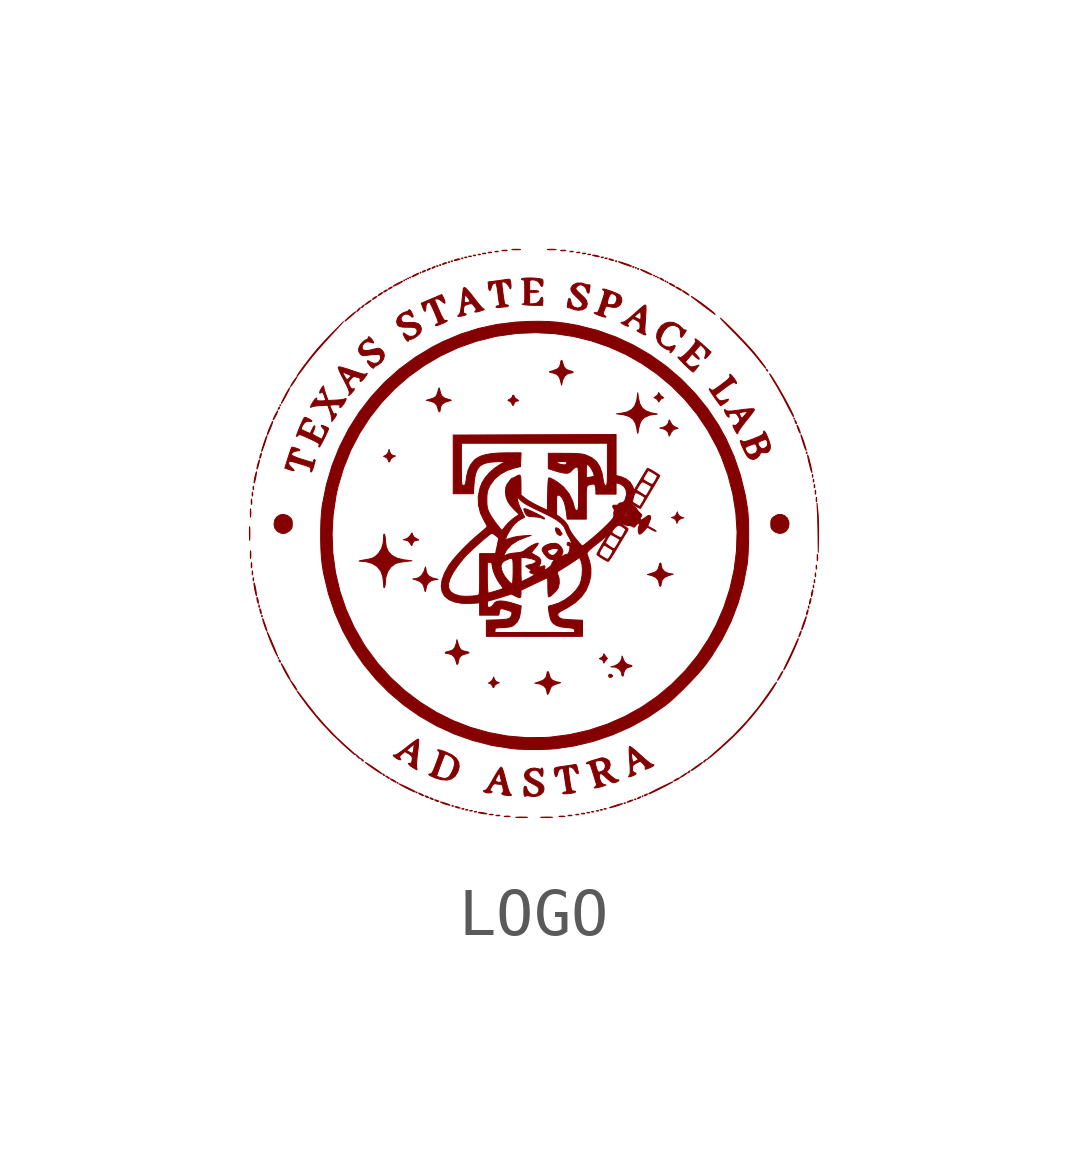
<source format=kicad_sym>
(kicad_symbol_lib
  (version 20241209)
  (generator "kicad_symbol_editor")
  (generator_version "9.0")
  (symbol "LOGO"
    (pin_names
      (offset 1.016))
    (property "Reference" "#G"
      (at 0 6.871 0)
      (effects (font (size 1.27 1.27)) (hide yes)))
    (symbol "LOGO_0_0"
      (polyline (pts (xy -5.87 -0.315) (xy -5.868 -0.276) (xy -5.867 -0.177) (xy -5.87 -0.085) (xy -5.87 -0.079) (xy -5.873 -0.058) (xy -5.875 -0.074) (xy -5.877 -0.122) (xy -5.877 -0.2) (xy -5.877 -0.214) (xy -5.876 -0.287) (xy -5.875 -0.331) (xy -5.873 -0.342) (xy -5.87 -0.315)) (stroke (width 0.01) (type default)) (fill (type outline)))
      (polyline (pts (xy -5.85 0.155) (xy -5.85 0.157) (xy -5.847 0.224) (xy -5.85 0.295) (xy -5.851 0.303) (xy -5.855 0.313) (xy -5.857 0.287) (xy -5.858 0.23) (xy -5.858 0.215) (xy -5.857 0.162) (xy -5.854 0.141) (xy -5.85 0.155)) (stroke (width 0.01) (type default)) (fill (type outline)))
      (polyline (pts (xy -5.85 -0.706) (xy -5.847 -0.646) (xy -5.85 -0.575) (xy -5.851 -0.572) (xy -5.854 -0.561) (xy -5.857 -0.586) (xy -5.858 -0.64) (xy -5.858 -0.649) (xy -5.857 -0.7) (xy -5.854 -0.721) (xy -5.85 -0.706)) (stroke (width 0.01) (type default)) (fill (type outline)))
      (polyline (pts (xy -5.83 0.415) (xy -5.827 0.447) (xy -5.83 0.505) (xy -5.834 0.516) (xy -5.838 0.504) (xy -5.839 0.46) (xy -5.839 0.431) (xy -5.835 0.406) (xy -5.83 0.415)) (stroke (width 0.01) (type default)) (fill (type outline)))
      (polyline (pts (xy -5.83 -0.906) (xy -5.827 -0.874) (xy -5.83 -0.816) (xy -5.834 -0.805) (xy -5.838 -0.817) (xy -5.839 -0.861) (xy -5.839 -0.89) (xy -5.835 -0.915) (xy -5.83 -0.906)) (stroke (width 0.01) (type default)) (fill (type outline)))
      (polyline (pts (xy -5.811 0.586) (xy -5.808 0.605) (xy -5.811 0.656) (xy -5.813 0.661) (xy -5.818 0.657) (xy -5.82 0.621) (xy -5.82 0.607) (xy -5.817 0.579) (xy -5.811 0.586)) (stroke (width 0.01) (type default)) (fill (type outline)))
      (polyline (pts (xy -5.811 -1.056) (xy -5.808 -1.036) (xy -5.811 -0.986) (xy -5.813 -0.98) (xy -5.818 -0.984) (xy -5.82 -1.021) (xy -5.82 -1.034) (xy -5.817 -1.062) (xy -5.811 -1.056)) (stroke (width 0.01) (type default)) (fill (type outline)))
      (polyline (pts (xy -5.792 0.715) (xy -5.788 0.732) (xy -5.791 0.775) (xy -5.792 0.779) (xy -5.798 0.782) (xy -5.801 0.751) (xy -5.801 0.746) (xy -5.798 0.715) (xy -5.792 0.715)) (stroke (width 0.01) (type default)) (fill (type outline)))
      (polyline (pts (xy -5.792 -1.186) (xy -5.788 -1.17) (xy -5.791 -1.126) (xy -5.792 -1.123) (xy -5.798 -1.12) (xy -5.801 -1.151) (xy -5.801 -1.156) (xy -5.798 -1.187) (xy -5.792 -1.186)) (stroke (width 0.01) (type default)) (fill (type outline)))
      (polyline (pts (xy -5.767 0.877) (xy -5.753 0.931) (xy -5.742 0.987) (xy -5.731 1.046) (xy -5.728 1.081) (xy -5.728 1.086) (xy -5.734 1.081) (xy -5.745 1.05) (xy -5.757 1.002) (xy -5.769 0.948) (xy -5.777 0.898) (xy -5.781 0.861) (xy -5.781 0.861) (xy -5.777 0.852) (xy -5.767 0.877)) (stroke (width 0.01) (type default)) (fill (type outline)))
      (polyline (pts (xy -5.73 -1.472) (xy -5.736 -1.421) (xy -5.747 -1.353) (xy -5.747 -1.351) (xy -5.761 -1.287) (xy -5.773 -1.243) (xy -5.78 -1.23) (xy -5.782 -1.252) (xy -5.776 -1.303) (xy -5.765 -1.371) (xy -5.764 -1.373) (xy -5.751 -1.437) (xy -5.739 -1.481) (xy -5.731 -1.494) (xy -5.73 -1.472)) (stroke (width 0.01) (type default)) (fill (type outline)))
      (polyline (pts (xy -5.708 1.163) (xy -5.693 1.211) (xy -5.683 1.248) (xy -5.671 1.302) (xy -5.667 1.331) (xy -5.67 1.335) (xy -5.679 1.317) (xy -5.693 1.278) (xy -5.706 1.23) (xy -5.717 1.184) (xy -5.721 1.151) (xy -5.718 1.143) (xy -5.708 1.163)) (stroke (width 0.01) (type default)) (fill (type outline)))
      (polyline (pts (xy -5.69 -1.635) (xy -5.697 -1.584) (xy -5.698 -1.578) (xy -5.71 -1.54) (xy -5.719 -1.529) (xy -5.72 -1.53) (xy -5.721 -1.555) (xy -5.715 -1.601) (xy -5.703 -1.641) (xy -5.693 -1.655) (xy -5.69 -1.635)) (stroke (width 0.01) (type default)) (fill (type outline)))
      (polyline (pts (xy -5.668 -1.729) (xy -5.671 -1.698) (xy -5.678 -1.688) (xy -5.683 -1.71) (xy -5.681 -1.73) (xy -5.672 -1.736) (xy -5.668 -1.729)) (stroke (width 0.01) (type default)) (fill (type outline)))
      (polyline (pts (xy -5.644 1.391) (xy -5.635 1.418) (xy -5.627 1.461) (xy -5.631 1.473) (xy -5.644 1.451) (xy -5.654 1.424) (xy -5.662 1.381) (xy -5.658 1.369) (xy -5.644 1.391)) (stroke (width 0.01) (type default)) (fill (type outline)))
      (polyline (pts (xy -5.629 -1.855) (xy -5.636 -1.813) (xy -5.648 -1.778) (xy -5.658 -1.768) (xy -5.66 -1.788) (xy -5.653 -1.83) (xy -5.641 -1.865) (xy -5.631 -1.875) (xy -5.629 -1.855)) (stroke (width 0.01) (type default)) (fill (type outline)))
      (polyline (pts (xy -5.609 1.536) (xy -5.589 1.588) (xy -5.563 1.66) (xy -5.551 1.696) (xy -5.529 1.766) (xy -5.515 1.815) (xy -5.513 1.836) (xy -5.522 1.822) (xy -5.539 1.781) (xy -5.561 1.721) (xy -5.583 1.654) (xy -5.604 1.59) (xy -5.618 1.539) (xy -5.623 1.511) (xy -5.621 1.511) (xy -5.609 1.536)) (stroke (width 0.01) (type default)) (fill (type outline)))
      (polyline (pts (xy -5.609 -1.932) (xy -5.611 -1.908) (xy -5.617 -1.905) (xy -5.625 -1.921) (xy -5.623 -1.932) (xy -5.611 -1.935) (xy -5.609 -1.932)) (stroke (width 0.01) (type default)) (fill (type outline)))
      (polyline (pts (xy -5.512 -2.235) (xy -5.516 -2.21) (xy -5.531 -2.158) (xy -5.553 -2.09) (xy -5.558 -2.076) (xy -5.58 -2.017) (xy -5.596 -1.979) (xy -5.603 -1.973) (xy -5.598 -1.999) (xy -5.584 -2.052) (xy -5.562 -2.119) (xy -5.54 -2.181) (xy -5.522 -2.223) (xy -5.512 -2.236) (xy -5.512 -2.235)) (stroke (width 0.01) (type default)) (fill (type outline)))
      (polyline (pts (xy -5.491 1.874) (xy -5.47 1.92) (xy -5.436 2) (xy -5.435 2.003) (xy -5.41 2.067) (xy -5.395 2.115) (xy -5.392 2.136) (xy -5.395 2.134) (xy -5.409 2.108) (xy -5.431 2.06) (xy -5.456 2.001) (xy -5.48 1.942) (xy -5.497 1.894) (xy -5.504 1.868) (xy -5.502 1.859) (xy -5.491 1.874)) (stroke (width 0.01) (type default)) (fill (type outline)))
      (polyline (pts (xy -5.361 2.195) (xy -5.334 2.242) (xy -5.317 2.275) (xy -5.295 2.324) (xy -5.286 2.352) (xy -5.29 2.353) (xy -5.307 2.329) (xy -5.334 2.282) (xy -5.351 2.249) (xy -5.374 2.2) (xy -5.383 2.172) (xy -5.379 2.171) (xy -5.361 2.195)) (stroke (width 0.01) (type default)) (fill (type outline)))
      (polyline (pts (xy -5.292 -2.753) (xy -5.302 -2.723) (xy -5.324 -2.667) (xy -5.353 -2.594) (xy -5.388 -2.512) (xy -5.423 -2.428) (xy -5.457 -2.352) (xy -5.485 -2.292) (xy -5.486 -2.291) (xy -5.502 -2.261) (xy -5.504 -2.263) (xy -5.496 -2.292) (xy -5.478 -2.341) (xy -5.453 -2.405) (xy -5.423 -2.479) (xy -5.389 -2.558) (xy -5.356 -2.632) (xy -5.325 -2.698) (xy -5.302 -2.742) (xy -5.292 -2.757) (xy -5.292 -2.753)) (stroke (width 0.01) (type default)) (fill (type outline)))
      (polyline (pts (xy -5.264 -2.792) (xy -5.274 -2.782) (xy -5.284 -2.792) (xy -5.274 -2.802) (xy -5.264 -2.792)) (stroke (width 0.01) (type default)) (fill (type outline)))
      (polyline (pts (xy -5.262 2.397) (xy -5.25 2.411) (xy -5.248 2.433) (xy -5.257 2.432) (xy -5.273 2.408) (xy -5.274 2.404) (xy -5.279 2.384) (xy -5.262 2.397)) (stroke (width 0.01) (type default)) (fill (type outline)))
      (polyline (pts (xy -5.237 -2.851) (xy -5.245 -2.837) (xy -5.259 -2.83) (xy -5.261 -2.835) (xy -5.255 -2.861) (xy -5.246 -2.874) (xy -5.232 -2.88) (xy -5.237 -2.851)) (stroke (width 0.01) (type default)) (fill (type outline)))
      (polyline (pts (xy -5.224 2.472) (xy -5.234 2.482) (xy -5.244 2.472) (xy -5.234 2.462) (xy -5.224 2.472)) (stroke (width 0.01) (type default)) (fill (type outline)))
      (polyline (pts (xy -5.2 2.526) (xy -5.175 2.565) (xy -5.144 2.62) (xy -5.11 2.682) (xy -5.079 2.743) (xy -5.053 2.793) (xy -5.039 2.826) (xy -5.04 2.832) (xy -5.046 2.825) (xy -5.071 2.786) (xy -5.106 2.726) (xy -5.146 2.652) (xy -5.166 2.613) (xy -5.195 2.555) (xy -5.211 2.519) (xy -5.21 2.512) (xy -5.2 2.526)) (stroke (width 0.01) (type default)) (fill (type outline)))
      (polyline (pts (xy -5.124 -0.193) (xy -5.045 -0.148) (xy -5.042 -0.145) (xy -5.005 -0.106) (xy -4.988 -0.064) (xy -4.984 0) (xy -4.984 0.006) (xy -4.989 0.068) (xy -5.007 0.11) (xy -5.045 0.148) (xy -5.086 0.176) (xy -5.164 0.199) (xy -5.239 0.188) (xy -5.303 0.149) (xy -5.348 0.085) (xy -5.364 0) (xy -5.363 -0.027) (xy -5.348 -0.087) (xy -5.306 -0.142) (xy -5.278 -0.166) (xy -5.203 -0.199) (xy -5.124 -0.193)) (stroke (width 0.01) (type default)) (fill (type outline)))
      (polyline (pts (xy -5.031 -3.241) (xy -5.04 -3.219) (xy -5.062 -3.172) (xy -5.094 -3.112) (xy -5.129 -3.047) (xy -5.163 -2.985) (xy -5.192 -2.938) (xy -5.21 -2.912) (xy -5.213 -2.91) (xy -5.209 -2.926) (xy -5.191 -2.966) (xy -5.163 -3.023) (xy -5.128 -3.09) (xy -5.09 -3.157) (xy -5.072 -3.187) (xy -5.046 -3.227) (xy -5.032 -3.243) (xy -5.031 -3.241)) (stroke (width 0.01) (type default)) (fill (type outline)))
      (polyline (pts (xy -4.988 2.901) (xy -4.951 2.952) (xy -4.914 3.011) (xy -4.88 3.072) (xy -4.92 3.024) (xy -4.957 2.973) (xy -4.994 2.914) (xy -5.027 2.852) (xy -4.988 2.901)) (stroke (width 0.01) (type default)) (fill (type outline)))
      (polyline (pts (xy -4.889 -3.46) (xy -4.898 -3.436) (xy -4.922 -3.395) (xy -4.955 -3.346) (xy -4.989 -3.301) (xy -5.029 -3.252) (xy -4.996 -3.308) (xy -4.967 -3.356) (xy -4.932 -3.413) (xy -4.906 -3.448) (xy -4.891 -3.463) (xy -4.889 -3.46)) (stroke (width 0.01) (type default)) (fill (type outline)))
      (polyline (pts (xy -4.872 3.09) (xy -4.841 3.129) (xy -4.787 3.199) (xy -4.71 3.303) (xy -4.708 3.305) (xy -4.649 3.384) (xy -4.587 3.462) (xy -4.52 3.544) (xy -4.443 3.634) (xy -4.351 3.738) (xy -4.24 3.861) (xy -4.106 4.008) (xy -3.918 4.213) (xy -4.125 4.003) (xy -4.136 3.992) (xy -4.225 3.901) (xy -4.316 3.805) (xy -4.398 3.715) (xy -4.462 3.644) (xy -4.472 3.631) (xy -4.532 3.559) (xy -4.6 3.474) (xy -4.671 3.382) (xy -4.74 3.291) (xy -4.8 3.21) (xy -4.846 3.144) (xy -4.873 3.103) (xy -4.882 3.084) (xy -4.872 3.09)) (stroke (width 0.01) (type default)) (fill (type outline)))
      (polyline (pts (xy -4.584 1.088) (xy -4.565 1.121) (xy -4.545 1.176) (xy -4.537 1.206) (xy -4.52 1.266) (xy -4.509 1.306) (xy -4.507 1.326) (xy -4.521 1.341) (xy -4.532 1.338) (xy -4.544 1.311) (xy -4.544 1.308) (xy -4.545 1.293) (xy -4.553 1.285) (xy -4.574 1.286) (xy -4.615 1.295) (xy -4.682 1.315) (xy -4.78 1.345) (xy -4.848 1.367) (xy -4.923 1.396) (xy -4.976 1.42) (xy -4.999 1.438) (xy -5.001 1.453) (xy -4.982 1.486) (xy -4.938 1.511) (xy -4.88 1.521) (xy -4.841 1.526) (xy -4.824 1.538) (xy -4.839 1.552) (xy -4.879 1.57) (xy -4.929 1.586) (xy -4.973 1.596) (xy -4.997 1.595) (xy -5.004 1.579) (xy -5.021 1.531) (xy -5.045 1.46) (xy -5.073 1.374) (xy -5.139 1.163) (xy -5.048 1.132) (xy -5.018 1.122) (xy -4.97 1.111) (xy -4.947 1.111) (xy -4.947 1.116) (xy -4.965 1.141) (xy -5.003 1.177) (xy -5.049 1.227) (xy -5.061 1.272) (xy -5.06 1.276) (xy -5.053 1.293) (xy -5.039 1.302) (xy -5.01 1.302) (xy -4.962 1.292) (xy -4.888 1.271) (xy -4.782 1.239) (xy -4.763 1.233) (xy -4.682 1.207) (xy -4.632 1.188) (xy -4.606 1.171) (xy -4.597 1.153) (xy -4.599 1.13) (xy -4.603 1.103) (xy -4.598 1.081) (xy -4.584 1.088)) (stroke (width 0.01) (type default)) (fill (type outline)))
      (polyline (pts (xy -4.41 1.616) (xy -4.384 1.658) (xy -4.351 1.719) (xy -4.314 1.79) (xy -4.279 1.861) (xy -4.25 1.925) (xy -4.231 1.971) (xy -4.228 1.992) (xy -4.232 1.995) (xy -4.269 2.016) (xy -4.315 2.037) (xy -4.357 2.051) (xy -4.379 2.053) (xy -4.379 2.052) (xy -4.374 2.03) (xy -4.347 1.995) (xy -4.325 1.971) (xy -4.307 1.935) (xy -4.311 1.894) (xy -4.337 1.833) (xy -4.37 1.764) (xy -4.467 1.813) (xy -4.505 1.833) (xy -4.547 1.859) (xy -4.564 1.873) (xy -4.563 1.876) (xy -4.553 1.907) (xy -4.533 1.955) (xy -4.527 1.97) (xy -4.514 2.015) (xy -4.513 2.038) (xy -4.52 2.043) (xy -4.531 2.038) (xy -4.548 2.012) (xy -4.576 1.958) (xy -4.614 1.883) (xy -4.703 1.923) (xy -4.733 1.937) (xy -4.778 1.959) (xy -4.799 1.97) (xy -4.8 1.973) (xy -4.791 2.003) (xy -4.771 2.05) (xy -4.73 2.107) (xy -4.675 2.139) (xy -4.614 2.135) (xy -4.599 2.131) (xy -4.575 2.14) (xy -4.574 2.141) (xy -4.589 2.158) (xy -4.625 2.181) (xy -4.67 2.204) (xy -4.71 2.219) (xy -4.731 2.22) (xy -4.736 2.212) (xy -4.759 2.17) (xy -4.788 2.108) (xy -4.82 2.035) (xy -4.851 1.961) (xy -4.876 1.896) (xy -4.893 1.848) (xy -4.896 1.827) (xy -4.884 1.824) (xy -4.862 1.845) (xy -4.859 1.85) (xy -4.846 1.859) (xy -4.822 1.859) (xy -4.782 1.846) (xy -4.718 1.819) (xy -4.625 1.777) (xy -4.595 1.763) (xy -4.512 1.723) (xy -4.459 1.694) (xy -4.43 1.673) (xy -4.421 1.655) (xy -4.425 1.638) (xy -4.435 1.613) (xy -4.423 1.601) (xy -4.41 1.616)) (stroke (width 0.01) (type default)) (fill (type outline)))
      (polyline (pts (xy -4.113 2.192) (xy -4.105 2.202) (xy -4.072 2.253) (xy -4.064 2.289) (xy -4.083 2.302) (xy -4.091 2.3) (xy -4.105 2.277) (xy -4.11 2.278) (xy -4.128 2.304) (xy -4.151 2.346) (xy -4.175 2.395) (xy -4.194 2.439) (xy -4.202 2.467) (xy -4.192 2.473) (xy -4.152 2.48) (xy -4.091 2.482) (xy -4.067 2.482) (xy -4.014 2.479) (xy -3.991 2.469) (xy -3.99 2.452) (xy -3.992 2.449) (xy -3.994 2.424) (xy -3.978 2.425) (xy -3.95 2.451) (xy -3.914 2.497) (xy -3.905 2.509) (xy -3.877 2.561) (xy -3.863 2.599) (xy -3.866 2.616) (xy -3.888 2.606) (xy -3.893 2.604) (xy -3.932 2.593) (xy -3.996 2.584) (xy -4.075 2.579) (xy -4.238 2.572) (xy -4.279 2.682) (xy -4.296 2.73) (xy -4.317 2.796) (xy -4.327 2.842) (xy -4.33 2.861) (xy -4.337 2.875) (xy -4.352 2.861) (xy -4.381 2.816) (xy -4.404 2.774) (xy -4.416 2.736) (xy -4.407 2.723) (xy -4.378 2.739) (xy -4.363 2.746) (xy -4.345 2.733) (xy -4.324 2.687) (xy -4.32 2.674) (xy -4.301 2.621) (xy -4.288 2.587) (xy -4.29 2.575) (xy -4.319 2.565) (xy -4.383 2.562) (xy -4.397 2.562) (xy -4.452 2.565) (xy -4.476 2.574) (xy -4.476 2.592) (xy -4.475 2.596) (xy -4.472 2.621) (xy -4.487 2.618) (xy -4.515 2.591) (xy -4.551 2.542) (xy -4.551 2.542) (xy -4.585 2.485) (xy -4.602 2.445) (xy -4.601 2.427) (xy -4.579 2.438) (xy -4.576 2.439) (xy -4.539 2.45) (xy -4.477 2.459) (xy -4.399 2.465) (xy -4.245 2.473) (xy -4.204 2.36) (xy -4.188 2.31) (xy -4.17 2.241) (xy -4.163 2.19) (xy -4.162 2.132) (xy -4.113 2.192)) (stroke (width 0.01) (type default)) (fill (type outline)))
      (polyline (pts (xy -3.876 4.23) (xy -3.841 4.258) (xy -3.788 4.302) (xy -3.768 4.319) (xy -3.715 4.367) (xy -3.677 4.402) (xy -3.663 4.418) (xy -3.664 4.419) (xy -3.682 4.408) (xy -3.72 4.379) (xy -3.767 4.34) (xy -3.817 4.296) (xy -3.859 4.257) (xy -3.885 4.229) (xy -3.888 4.224) (xy -3.876 4.23)) (stroke (width 0.01) (type default)) (fill (type outline)))
      (polyline (pts (xy -3.764 2.712) (xy -3.729 2.748) (xy -3.699 2.789) (xy -3.695 2.798) (xy -3.691 2.818) (xy -3.717 2.814) (xy -3.735 2.811) (xy -3.762 2.827) (xy -3.79 2.874) (xy -3.802 2.9) (xy -3.813 2.937) (xy -3.804 2.967) (xy -3.771 3.009) (xy -3.758 3.024) (xy -3.724 3.058) (xy -3.705 3.072) (xy -3.704 3.072) (xy -3.675 3.066) (xy -3.626 3.055) (xy -3.601 3.048) (xy -3.571 3.029) (xy -3.569 3) (xy -3.573 2.976) (xy -3.562 2.965) (xy -3.532 2.985) (xy -3.484 3.037) (xy -3.477 3.046) (xy -3.442 3.094) (xy -3.424 3.127) (xy -3.426 3.139) (xy -3.45 3.125) (xy -3.463 3.119) (xy -3.495 3.12) (xy -3.549 3.132) (xy -3.629 3.157) (xy -3.742 3.195) (xy -3.845 3.23) (xy -3.936 3.257) (xy -3.997 3.271) (xy -4.025 3.269) (xy -4.025 3.249) (xy -4.007 3.197) (xy -3.991 3.163) (xy -3.937 3.163) (xy -3.922 3.158) (xy -3.881 3.143) (xy -3.831 3.122) (xy -3.787 3.102) (xy -3.765 3.091) (xy -3.769 3.074) (xy -3.793 3.043) (xy -3.821 3.016) (xy -3.842 3.002) (xy -3.849 3.006) (xy -3.871 3.035) (xy -3.901 3.083) (xy -3.914 3.108) (xy -3.933 3.147) (xy -3.937 3.163) (xy -3.991 3.163) (xy -3.97 3.116) (xy -3.914 3.009) (xy -3.897 2.977) (xy -3.846 2.876) (xy -3.813 2.803) (xy -3.798 2.753) (xy -3.797 2.72) (xy -3.809 2.672) (xy -3.764 2.712)) (stroke (width 0.01) (type default)) (fill (type outline)))
      (polyline (pts (xy -3.684 -4.802) (xy -3.689 -4.793) (xy -3.708 -4.772) (xy -3.747 -4.736) (xy -3.808 -4.68) (xy -3.897 -4.602) (xy -4.072 -4.439) (xy -4.283 -4.22) (xy -4.489 -3.984) (xy -4.679 -3.743) (xy -4.702 -3.712) (xy -4.763 -3.632) (xy -4.814 -3.564) (xy -4.852 -3.515) (xy -4.87 -3.493) (xy -4.876 -3.487) (xy -4.884 -3.484) (xy -4.868 -3.51) (xy -4.83 -3.565) (xy -4.771 -3.646) (xy -4.692 -3.753) (xy -4.628 -3.838) (xy -4.402 -4.111) (xy -4.161 -4.37) (xy -3.917 -4.603) (xy -3.877 -4.639) (xy -3.804 -4.704) (xy -3.744 -4.756) (xy -3.704 -4.791) (xy -3.688 -4.804) (xy -3.684 -4.802)) (stroke (width 0.01) (type default)) (fill (type outline)))
      (polyline (pts (xy -3.623 4.434) (xy -3.593 4.464) (xy -3.571 4.491) (xy -3.567 4.504) (xy -3.583 4.493) (xy -3.613 4.464) (xy -3.635 4.436) (xy -3.639 4.423) (xy -3.623 4.434)) (stroke (width 0.01) (type default)) (fill (type outline)))
      (polyline (pts (xy -3.585 -4.883) (xy -3.59 -4.867) (xy -3.628 -4.832) (xy -3.673 -4.794) (xy -3.635 -4.839) (xy -3.606 -4.87) (xy -3.59 -4.884) (xy -3.585 -4.883)) (stroke (width 0.01) (type default)) (fill (type outline)))
      (polyline (pts (xy -3.503 -4.936) (xy -3.51 -4.926) (xy -3.538 -4.901) (xy -3.552 -4.89) (xy -3.563 -4.885) (xy -3.545 -4.909) (xy -3.539 -4.917) (xy -3.513 -4.942) (xy -3.503 -4.936)) (stroke (width 0.01) (type default)) (fill (type outline)))
      (polyline (pts (xy -3.5 4.539) (xy -3.489 4.553) (xy -3.484 4.564) (xy -3.508 4.546) (xy -3.529 4.528) (xy -3.543 4.511) (xy -3.542 4.508) (xy -3.53 4.508) (xy -3.5 4.539)) (stroke (width 0.01) (type default)) (fill (type outline)))
      (polyline (pts (xy -3.441 4.579) (xy -3.403 4.604) (xy -3.393 4.61) (xy -3.357 4.639) (xy -3.343 4.656) (xy -3.344 4.657) (xy -3.364 4.649) (xy -3.403 4.624) (xy -3.412 4.617) (xy -3.448 4.588) (xy -3.463 4.571) (xy -3.462 4.57) (xy -3.441 4.579)) (stroke (width 0.01) (type default)) (fill (type outline)))
      (polyline (pts (xy -3.283 3.26) (xy -3.283 3.261) (xy -3.264 3.281) (xy -3.222 3.303) (xy -3.194 3.316) (xy -3.126 3.369) (xy -3.082 3.435) (xy -3.066 3.506) (xy -3.08 3.574) (xy -3.127 3.629) (xy -3.139 3.638) (xy -3.167 3.655) (xy -3.197 3.659) (xy -3.24 3.652) (xy -3.31 3.634) (xy -3.364 3.621) (xy -3.452 3.611) (xy -3.508 3.624) (xy -3.53 3.659) (xy -3.521 3.718) (xy -3.518 3.726) (xy -3.476 3.775) (xy -3.416 3.796) (xy -3.35 3.785) (xy -3.322 3.774) (xy -3.292 3.771) (xy -3.293 3.793) (xy -3.325 3.841) (xy -3.329 3.846) (xy -3.371 3.89) (xy -3.395 3.899) (xy -3.403 3.873) (xy -3.406 3.859) (xy -3.432 3.843) (xy -3.446 3.839) (xy -3.486 3.813) (xy -3.532 3.772) (xy -3.568 3.73) (xy -3.601 3.658) (xy -3.599 3.59) (xy -3.563 3.533) (xy -3.534 3.514) (xy -3.493 3.506) (xy -3.428 3.512) (xy -3.408 3.515) (xy -3.322 3.525) (xy -3.243 3.53) (xy -3.213 3.531) (xy -3.172 3.527) (xy -3.153 3.511) (xy -3.146 3.476) (xy -3.149 3.43) (xy -3.179 3.378) (xy -3.23 3.348) (xy -3.292 3.345) (xy -3.354 3.372) (xy -3.373 3.385) (xy -3.41 3.402) (xy -3.422 3.392) (xy -3.41 3.358) (xy -3.371 3.304) (xy -3.365 3.297) (xy -3.322 3.256) (xy -3.293 3.243) (xy -3.283 3.26)) (stroke (width 0.01) (type default)) (fill (type outline)))
      (polyline (pts (xy -3.275 4.694) (xy -3.273 4.695) (xy -3.237 4.721) (xy -3.223 4.737) (xy -3.232 4.738) (xy -3.26 4.725) (xy -3.292 4.703) (xy -3.314 4.681) (xy -3.315 4.679) (xy -3.307 4.677) (xy -3.275 4.694)) (stroke (width 0.01) (type default)) (fill (type outline)))
      (polyline (pts (xy -3.155 4.774) (xy -3.153 4.775) (xy -3.117 4.801) (xy -3.103 4.817) (xy -3.112 4.819) (xy -3.14 4.805) (xy -3.172 4.783) (xy -3.194 4.762) (xy -3.195 4.759) (xy -3.187 4.757) (xy -3.155 4.774)) (stroke (width 0.01) (type default)) (fill (type outline)))
      (polyline (pts (xy -3.134 -5.187) (xy -3.156 -5.17) (xy -3.201 -5.137) (xy -3.259 -5.098) (xy -3.32 -5.056) (xy -3.379 -5.018) (xy -3.428 -4.987) (xy -3.458 -4.97) (xy -3.463 -4.97) (xy -3.454 -4.977) (xy -3.414 -5.009) (xy -3.354 -5.053) (xy -3.284 -5.102) (xy -3.23 -5.139) (xy -3.168 -5.179) (xy -3.129 -5.202) (xy -3.116 -5.205) (xy -3.134 -5.187)) (stroke (width 0.01) (type default)) (fill (type outline)))
      (polyline (pts (xy -3.068 -5.244) (xy -3.064 -5.232) (xy -3.086 -5.212) (xy -3.097 -5.207) (xy -3.094 -5.221) (xy -3.088 -5.23) (xy -3.071 -5.244) (xy -3.068 -5.244)) (stroke (width 0.01) (type default)) (fill (type outline)))
      (polyline (pts (xy -3.062 -1.321) (xy -3.057 -1.308) (xy -3.047 -1.259) (xy -3.043 -1.195) (xy -3.035 -1.111) (xy -2.997 -0.994) (xy -2.929 -0.898) (xy -2.837 -0.828) (xy -2.79 -0.812) (xy -2.718 -0.796) (xy -2.637 -0.784) (xy -2.492 -0.768) (xy -2.632 -0.752) (xy -2.655 -0.749) (xy -2.796 -0.716) (xy -2.905 -0.659) (xy -2.982 -0.58) (xy -3.027 -0.475) (xy -3.043 -0.346) (xy -3.044 -0.317) (xy -3.051 -0.257) (xy -3.062 -0.22) (xy -3.072 -0.212) (xy -3.08 -0.233) (xy -3.082 -0.29) (xy -3.091 -0.402) (xy -3.125 -0.517) (xy -3.186 -0.612) (xy -3.222 -0.65) (xy -3.266 -0.687) (xy -3.316 -0.713) (xy -3.384 -0.732) (xy -3.48 -0.75) (xy -3.501 -0.753) (xy -3.564 -0.765) (xy -3.591 -0.772) (xy -3.584 -0.776) (xy -3.547 -0.778) (xy -3.451 -0.786) (xy -3.319 -0.823) (xy -3.216 -0.887) (xy -3.142 -0.978) (xy -3.098 -1.097) (xy -3.082 -1.243) (xy -3.08 -1.298) (xy -3.074 -1.327) (xy -3.062 -1.321)) (stroke (width 0.01) (type default)) (fill (type outline)))
      (polyline (pts (xy -3.042 4.844) (xy -3.018 4.859) (xy -3.002 4.875) (xy -3.011 4.877) (xy -3.042 4.864) (xy -3.067 4.848) (xy -3.083 4.832) (xy -3.073 4.831) (xy -3.042 4.844)) (stroke (width 0.01) (type default)) (fill (type outline)))
      (polyline (pts (xy -2.962 -5.295) (xy -2.973 -5.284) (xy -3.007 -5.264) (xy -3.032 -5.252) (xy -3.039 -5.252) (xy -3.014 -5.273) (xy -2.993 -5.289) (xy -2.969 -5.303) (xy -2.962 -5.295)) (stroke (width 0.01) (type default)) (fill (type outline)))
      (polyline (pts (xy -2.955 1.298) (xy -2.942 1.332) (xy -2.927 1.359) (xy -2.889 1.388) (xy -2.836 1.415) (xy -2.887 1.428) (xy -2.922 1.445) (xy -2.953 1.496) (xy -2.968 1.551) (xy -2.981 1.501) (xy -2.999 1.466) (xy -3.038 1.429) (xy -3.082 1.407) (xy -3.032 1.385) (xy -3.001 1.362) (xy -2.982 1.32) (xy -2.978 1.297) (xy -2.962 1.291) (xy -2.955 1.298)) (stroke (width 0.01) (type default)) (fill (type outline)))
      (polyline (pts (xy -2.942 4.904) (xy -2.918 4.919) (xy -2.902 4.935) (xy -2.911 4.937) (xy -2.942 4.924) (xy -2.967 4.909) (xy -2.982 4.893) (xy -2.973 4.891) (xy -2.942 4.904)) (stroke (width 0.01) (type default)) (fill (type outline)))
      (polyline (pts (xy -2.873 4.954) (xy -2.836 4.968) (xy -2.782 4.994) (xy -2.741 5.016) (xy -2.699 5.041) (xy -2.682 5.055) (xy -2.692 5.054) (xy -2.728 5.04) (xy -2.782 5.014) (xy -2.824 4.992) (xy -2.866 4.967) (xy -2.882 4.953) (xy -2.873 4.954)) (stroke (width 0.01) (type default)) (fill (type outline)))
      (polyline (pts (xy -2.822 -5.375) (xy -2.822 -5.374) (xy -2.842 -5.358) (xy -2.882 -5.334) (xy -2.917 -5.318) (xy -2.94 -5.313) (xy -2.931 -5.325) (xy -2.887 -5.353) (xy -2.875 -5.359) (xy -2.839 -5.378) (xy -2.825 -5.382) (xy -2.822 -5.375)) (stroke (width 0.01) (type default)) (fill (type outline)))
      (polyline (pts (xy -2.782 -5.394) (xy -2.792 -5.384) (xy -2.802 -5.394) (xy -2.792 -5.404) (xy -2.782 -5.394)) (stroke (width 0.01) (type default)) (fill (type outline)))
      (polyline (pts (xy -2.642 5.074) (xy -2.652 5.084) (xy -2.662 5.074) (xy -2.652 5.064) (xy -2.642 5.074)) (stroke (width 0.01) (type default)) (fill (type outline)))
      (polyline (pts (xy -2.602 5.094) (xy -2.612 5.104) (xy -2.622 5.094) (xy -2.612 5.084) (xy -2.602 5.094)) (stroke (width 0.01) (type default)) (fill (type outline)))
      (polyline (pts (xy -2.562 5.114) (xy -2.572 5.124) (xy -2.582 5.114) (xy -2.572 5.104) (xy -2.562 5.114)) (stroke (width 0.01) (type default)) (fill (type outline)))
      (polyline (pts (xy -2.562 3.823) (xy -2.557 3.833) (xy -2.529 3.843) (xy -2.516 3.844) (xy -2.457 3.865) (xy -2.392 3.906) (xy -2.337 3.955) (xy -2.305 4.004) (xy -2.294 4.068) (xy -2.314 4.13) (xy -2.364 4.174) (xy -2.442 4.197) (xy -2.542 4.195) (xy -2.594 4.191) (xy -2.668 4.198) (xy -2.71 4.228) (xy -2.718 4.28) (xy -2.709 4.31) (xy -2.671 4.354) (xy -2.616 4.373) (xy -2.557 4.361) (xy -2.526 4.341) (xy -2.498 4.316) (xy -2.491 4.309) (xy -2.469 4.31) (xy -2.466 4.324) (xy -2.477 4.363) (xy -2.499 4.409) (xy -2.524 4.447) (xy -2.545 4.464) (xy -2.548 4.463) (xy -2.562 4.446) (xy -2.579 4.43) (xy -2.621 4.417) (xy -2.68 4.395) (xy -2.745 4.348) (xy -2.791 4.288) (xy -2.809 4.226) (xy -2.807 4.194) (xy -2.791 4.144) (xy -2.753 4.114) (xy -2.687 4.1) (xy -2.588 4.098) (xy -2.561 4.098) (xy -2.474 4.096) (xy -2.419 4.083) (xy -2.39 4.057) (xy -2.382 4.017) (xy -2.396 3.965) (xy -2.436 3.924) (xy -2.494 3.906) (xy -2.557 3.912) (xy -2.616 3.947) (xy -2.655 3.976) (xy -2.673 3.974) (xy -2.668 3.943) (xy -2.64 3.884) (xy -2.624 3.857) (xy -2.592 3.815) (xy -2.57 3.803) (xy -2.562 3.823)) (stroke (width 0.01) (type default)) (fill (type outline)))
      (polyline (pts (xy -2.522 5.134) (xy -2.532 5.144) (xy -2.542 5.134) (xy -2.532 5.124) (xy -2.522 5.134)) (stroke (width 0.01) (type default)) (fill (type outline)))
      (polyline (pts (xy -2.487 5.146) (xy -2.451 5.16) (xy -2.402 5.184) (xy -2.385 5.194) (xy -2.354 5.214) (xy -2.352 5.223) (xy -2.357 5.222) (xy -2.393 5.209) (xy -2.442 5.184) (xy -2.459 5.174) (xy -2.489 5.154) (xy -2.492 5.146) (xy -2.487 5.146)) (stroke (width 0.01) (type default)) (fill (type outline)))
      (polyline (pts (xy -2.486 -0.43) (xy -2.478 -0.402) (xy -2.443 -0.355) (xy -2.385 -0.339) (xy -2.372 -0.339) (xy -2.35 -0.336) (xy -2.359 -0.326) (xy -2.402 -0.304) (xy -2.452 -0.27) (xy -2.479 -0.223) (xy -2.48 -0.213) (xy -2.486 -0.191) (xy -2.498 -0.198) (xy -2.523 -0.237) (xy -2.526 -0.241) (xy -2.568 -0.287) (xy -2.616 -0.314) (xy -2.672 -0.329) (xy -2.612 -0.34) (xy -2.567 -0.357) (xy -2.523 -0.41) (xy -2.505 -0.444) (xy -2.493 -0.453) (xy -2.486 -0.43)) (stroke (width 0.01) (type default)) (fill (type outline)))
      (polyline (pts (xy -2.424 -5.577) (xy -2.428 -5.574) (xy -2.46 -5.555) (xy -2.513 -5.528) (xy -2.578 -5.496) (xy -2.644 -5.464) (xy -2.704 -5.437) (xy -2.746 -5.418) (xy -2.762 -5.414) (xy -2.759 -5.417) (xy -2.73 -5.436) (xy -2.677 -5.466) (xy -2.607 -5.503) (xy -2.584 -5.515) (xy -2.505 -5.553) (xy -2.449 -5.578) (xy -2.421 -5.586) (xy -2.424 -5.577)) (stroke (width 0.01) (type default)) (fill (type outline)))
      (polyline (pts (xy -2.388 -5.107) (xy -2.394 -5.066) (xy -2.395 -5.065) (xy -2.396 -5.021) (xy -2.392 -4.949) (xy -2.384 -4.856) (xy -2.372 -4.755) (xy -2.37 -4.746) (xy -2.359 -4.648) (xy -2.352 -4.566) (xy -2.35 -4.508) (xy -2.355 -4.483) (xy -2.359 -4.482) (xy -2.389 -4.496) (xy -2.442 -4.531) (xy -2.511 -4.582) (xy -2.592 -4.646) (xy -2.673 -4.71) (xy -2.688 -4.721) (xy -2.605 -4.721) (xy -2.529 -4.654) (xy -2.5 -4.63) (xy -2.463 -4.601) (xy -2.447 -4.592) (xy -2.446 -4.599) (xy -2.448 -4.635) (xy -2.455 -4.69) (xy -2.464 -4.748) (xy -2.477 -4.776) (xy -2.502 -4.775) (xy -2.549 -4.751) (xy -2.605 -4.721) (xy -2.688 -4.721) (xy -2.757 -4.771) (xy -2.815 -4.807) (xy -2.847 -4.816) (xy -2.873 -4.813) (xy -2.881 -4.825) (xy -2.859 -4.85) (xy -2.811 -4.885) (xy -2.774 -4.905) (xy -2.736 -4.916) (xy -2.723 -4.907) (xy -2.74 -4.877) (xy -2.749 -4.859) (xy -2.74 -4.833) (xy -2.701 -4.796) (xy -2.639 -4.743) (xy -2.56 -4.787) (xy -2.539 -4.8) (xy -2.496 -4.839) (xy -2.482 -4.887) (xy -2.494 -4.957) (xy -2.507 -4.983) (xy -2.534 -4.99) (xy -2.55 -4.985) (xy -2.565 -4.99) (xy -2.554 -5.011) (xy -2.524 -5.04) (xy -2.477 -5.073) (xy -2.447 -5.09) (xy -2.406 -5.114) (xy -2.387 -5.124) (xy -2.388 -5.107)) (stroke (width 0.01) (type default)) (fill (type outline)))
      (polyline (pts (xy -2.382 -5.594) (xy -2.392 -5.584) (xy -2.402 -5.594) (xy -2.392 -5.604) (xy -2.382 -5.594)) (stroke (width 0.01) (type default)) (fill (type outline)))
      (polyline (pts (xy -2.302 5.234) (xy -2.312 5.244) (xy -2.322 5.234) (xy -2.312 5.224) (xy -2.302 5.234)) (stroke (width 0.01) (type default)) (fill (type outline)))
      (polyline (pts (xy -2.258 5.247) (xy -2.222 5.264) (xy -2.208 5.275) (xy -2.212 5.284) (xy -2.225 5.281) (xy -2.262 5.264) (xy -2.275 5.253) (xy -2.272 5.245) (xy -2.258 5.247)) (stroke (width 0.01) (type default)) (fill (type outline)))
      (polyline (pts (xy -2.253 -5.654) (xy -2.282 -5.634) (xy -2.321 -5.615) (xy -2.352 -5.606) (xy -2.353 -5.606) (xy -2.351 -5.614) (xy -2.322 -5.634) (xy -2.283 -5.654) (xy -2.252 -5.663) (xy -2.251 -5.663) (xy -2.253 -5.654)) (stroke (width 0.01) (type default)) (fill (type outline)))
      (polyline (pts (xy -2.204 -1.381) (xy -2.192 -1.315) (xy -2.187 -1.292) (xy -2.146 -1.225) (xy -2.078 -1.178) (xy -1.992 -1.159) (xy -1.979 -1.158) (xy -1.95 -1.156) (xy -1.957 -1.152) (xy -2.002 -1.142) (xy -2.075 -1.122) (xy -2.147 -1.079) (xy -2.188 -1.015) (xy -2.204 -0.924) (xy -2.204 -0.922) (xy -2.207 -0.899) (xy -2.215 -0.91) (xy -2.229 -0.958) (xy -2.239 -0.989) (xy -2.286 -1.068) (xy -2.352 -1.122) (xy -2.428 -1.143) (xy -2.449 -1.144) (xy -2.472 -1.146) (xy -2.461 -1.152) (xy -2.413 -1.163) (xy -2.324 -1.199) (xy -2.262 -1.26) (xy -2.23 -1.348) (xy -2.228 -1.36) (xy -2.22 -1.401) (xy -2.212 -1.409) (xy -2.204 -1.381)) (stroke (width 0.01) (type default)) (fill (type outline)))
      (polyline (pts (xy -2.158 5.287) (xy -2.122 5.304) (xy -2.108 5.315) (xy -2.112 5.324) (xy -2.125 5.321) (xy -2.162 5.304) (xy -2.175 5.293) (xy -2.172 5.285) (xy -2.158 5.287)) (stroke (width 0.01) (type default)) (fill (type outline)))
      (polyline (pts (xy -2.146 -5.7) (xy -2.162 -5.684) (xy -2.179 -5.675) (xy -2.212 -5.665) (xy -2.218 -5.669) (xy -2.202 -5.684) (xy -2.185 -5.694) (xy -2.152 -5.704) (xy -2.146 -5.7)) (stroke (width 0.01) (type default)) (fill (type outline)))
      (polyline (pts (xy -2.058 5.327) (xy -2.022 5.344) (xy -2.008 5.355) (xy -2.012 5.364) (xy -2.025 5.361) (xy -2.062 5.344) (xy -2.075 5.333) (xy -2.072 5.325) (xy -2.058 5.327)) (stroke (width 0.01) (type default)) (fill (type outline)))
      (polyline (pts (xy -2.046 -5.74) (xy -2.062 -5.724) (xy -2.079 -5.715) (xy -2.112 -5.705) (xy -2.118 -5.709) (xy -2.102 -5.724) (xy -2.084 -5.734) (xy -2.052 -5.744) (xy -2.046 -5.74)) (stroke (width 0.01) (type default)) (fill (type outline)))
      (polyline (pts (xy -1.965 4.133) (xy -1.911 4.152) (xy -1.825 4.189) (xy -1.79 4.205) (xy -1.758 4.227) (xy -1.756 4.238) (xy -1.765 4.24) (xy -1.806 4.238) (xy -1.817 4.244) (xy -1.844 4.281) (xy -1.881 4.351) (xy -1.926 4.451) (xy -1.927 4.452) (xy -1.964 4.538) (xy -1.994 4.608) (xy -2.014 4.657) (xy -2.022 4.675) (xy -2.013 4.68) (xy -1.98 4.69) (xy -1.933 4.683) (xy -1.87 4.64) (xy -1.861 4.632) (xy -1.823 4.602) (xy -1.806 4.598) (xy -1.802 4.617) (xy -1.802 4.619) (xy -1.814 4.663) (xy -1.837 4.716) (xy -1.871 4.778) (xy -2.084 4.688) (xy -2.297 4.597) (xy -2.265 4.51) (xy -2.265 4.51) (xy -2.239 4.449) (xy -2.219 4.427) (xy -2.206 4.444) (xy -2.202 4.5) (xy -2.196 4.556) (xy -2.171 4.606) (xy -2.132 4.624) (xy -2.117 4.606) (xy -2.09 4.559) (xy -2.057 4.489) (xy -2.019 4.404) (xy -1.998 4.353) (xy -1.966 4.276) (xy -1.949 4.225) (xy -1.944 4.196) (xy -1.95 4.18) (xy -1.964 4.173) (xy -1.985 4.162) (xy -2.002 4.141) (xy -1.994 4.13) (xy -1.965 4.133)) (stroke (width 0.01) (type default)) (fill (type outline)))
      (polyline (pts (xy -1.951 5.366) (xy -1.948 5.378) (xy -1.951 5.38) (xy -1.975 5.378) (xy -1.978 5.372) (xy -1.962 5.364) (xy -1.951 5.366)) (stroke (width 0.01) (type default)) (fill (type outline)))
      (polyline (pts (xy -1.929 -5.778) (xy -1.952 -5.764) (xy -1.966 -5.759) (xy -2.003 -5.748) (xy -2.017 -5.75) (xy -2.002 -5.764) (xy -1.984 -5.773) (xy -1.942 -5.783) (xy -1.929 -5.778)) (stroke (width 0.01) (type default)) (fill (type outline)))
      (polyline (pts (xy -1.908 2.342) (xy -1.901 2.382) (xy -1.894 2.44) (xy -1.859 2.497) (xy -1.793 2.538) (xy -1.691 2.568) (xy -1.675 2.572) (xy -1.675 2.579) (xy -1.711 2.59) (xy -1.741 2.598) (xy -1.814 2.623) (xy -1.86 2.657) (xy -1.89 2.71) (xy -1.912 2.792) (xy -1.919 2.821) (xy -1.927 2.832) (xy -1.936 2.811) (xy -1.951 2.755) (xy -1.971 2.692) (xy -1.997 2.65) (xy -2.04 2.623) (xy -2.112 2.599) (xy -2.192 2.576) (xy -2.113 2.558) (xy -2.106 2.557) (xy -2.024 2.526) (xy -1.974 2.475) (xy -1.949 2.399) (xy -1.94 2.363) (xy -1.923 2.336) (xy -1.908 2.342)) (stroke (width 0.01) (type default)) (fill (type outline)))
      (polyline (pts (xy -1.891 5.386) (xy -1.888 5.398) (xy -1.891 5.4) (xy -1.915 5.398) (xy -1.918 5.392) (xy -1.901 5.384) (xy -1.891 5.386)) (stroke (width 0.01) (type default)) (fill (type outline)))
      (polyline (pts (xy -1.834 5.409) (xy -1.792 5.424) (xy -1.77 5.437) (xy -1.781 5.443) (xy -1.799 5.441) (xy -1.841 5.424) (xy -1.85 5.419) (xy -1.856 5.407) (xy -1.834 5.409)) (stroke (width 0.01) (type default)) (fill (type outline)))
      (polyline (pts (xy -1.711 5.446) (xy -1.708 5.458) (xy -1.711 5.46) (xy -1.735 5.458) (xy -1.738 5.452) (xy -1.721 5.444) (xy -1.711 5.446)) (stroke (width 0.01) (type default)) (fill (type outline)))
      (polyline (pts (xy -1.7 -5.857) (xy -1.727 -5.843) (xy -1.78 -5.823) (xy -1.827 -5.807) (xy -1.875 -5.794) (xy -1.896 -5.793) (xy -1.894 -5.796) (xy -1.867 -5.811) (xy -1.818 -5.831) (xy -1.794 -5.839) (xy -1.738 -5.855) (xy -1.701 -5.862) (xy -1.7 -5.857)) (stroke (width 0.01) (type default)) (fill (type outline)))
      (polyline (pts (xy -1.667 -5.312) (xy -1.59 -5.253) (xy -1.534 -5.159) (xy -1.507 -5.059) (xy -1.517 -4.967) (xy -1.565 -4.886) (xy -1.652 -4.816) (xy -1.776 -4.756) (xy -1.824 -4.738) (xy -1.899 -4.714) (xy -1.944 -4.704) (xy -1.957 -4.71) (xy -1.936 -4.732) (xy -1.926 -4.741) (xy -1.917 -4.757) (xy -1.917 -4.783) (xy -1.928 -4.825) (xy -1.95 -4.891) (xy -1.986 -4.987) (xy -2.014 -5.059) (xy -2.045 -5.135) (xy -2.069 -5.181) (xy -2.089 -5.204) (xy -2.107 -5.208) (xy -2.126 -5.207) (xy -2.142 -5.22) (xy -2.142 -5.221) (xy -2.121 -5.238) (xy -2.095 -5.251) (xy -1.977 -5.251) (xy -1.967 -5.219) (xy -1.945 -5.156) (xy -1.912 -5.067) (xy -1.87 -4.956) (xy -1.82 -4.829) (xy -1.809 -4.805) (xy -1.788 -4.795) (xy -1.747 -4.808) (xy -1.67 -4.851) (xy -1.618 -4.91) (xy -1.601 -4.982) (xy -1.608 -5.036) (xy -1.631 -5.111) (xy -1.665 -5.186) (xy -1.702 -5.247) (xy -1.738 -5.282) (xy -1.768 -5.295) (xy -1.815 -5.303) (xy -1.848 -5.297) (xy -1.899 -5.284) (xy -1.948 -5.267) (xy -1.977 -5.254) (xy -1.977 -5.251) (xy -2.095 -5.251) (xy -2.072 -5.263) (xy -2.007 -5.291) (xy -1.883 -5.328) (xy -1.765 -5.337) (xy -1.667 -5.312)) (stroke (width 0.01) (type default)) (fill (type outline)))
      (polyline (pts (xy -1.651 5.466) (xy -1.648 5.478) (xy -1.651 5.48) (xy -1.675 5.478) (xy -1.678 5.472) (xy -1.661 5.464) (xy -1.651 5.466)) (stroke (width 0.01) (type default)) (fill (type outline)))
      (polyline (pts (xy -1.631 -5.883) (xy -1.628 -5.871) (xy -1.631 -5.869) (xy -1.655 -5.871) (xy -1.658 -5.877) (xy -1.641 -5.885) (xy -1.631 -5.883)) (stroke (width 0.01) (type default)) (fill (type outline)))
      (polyline (pts (xy -1.568 5.492) (xy -1.521 5.504) (xy -1.503 5.51) (xy -1.489 5.519) (xy -1.511 5.521) (xy -1.539 5.519) (xy -1.591 5.504) (xy -1.611 5.492) (xy -1.601 5.488) (xy -1.568 5.492)) (stroke (width 0.01) (type default)) (fill (type outline)))
      (polyline (pts (xy -1.539 -2.92) (xy -1.53 -2.9) (xy -1.522 -2.852) (xy -1.504 -2.788) (xy -1.455 -2.737) (xy -1.38 -2.71) (xy -1.327 -2.698) (xy -1.304 -2.683) (xy -1.321 -2.668) (xy -1.379 -2.655) (xy -1.425 -2.644) (xy -1.47 -2.62) (xy -1.501 -2.575) (xy -1.528 -2.499) (xy -1.554 -2.412) (xy -1.569 -2.492) (xy -1.572 -2.503) (xy -1.601 -2.582) (xy -1.649 -2.631) (xy -1.725 -2.655) (xy -1.775 -2.667) (xy -1.799 -2.683) (xy -1.79 -2.696) (xy -1.744 -2.702) (xy -1.728 -2.703) (xy -1.656 -2.728) (xy -1.601 -2.784) (xy -1.571 -2.865) (xy -1.565 -2.895) (xy -1.553 -2.926) (xy -1.539 -2.92)) (stroke (width 0.01) (type default)) (fill (type outline)))
      (polyline (pts (xy -1.489 -5.918) (xy -1.511 -5.905) (xy -1.538 -5.895) (xy -1.581 -5.887) (xy -1.593 -5.891) (xy -1.571 -5.905) (xy -1.544 -5.914) (xy -1.501 -5.922) (xy -1.489 -5.918)) (stroke (width 0.01) (type default)) (fill (type outline)))
      (polyline (pts (xy -1.476 4.327) (xy -1.422 4.337) (xy -1.379 4.351) (xy -1.361 4.366) (xy -1.365 4.374) (xy -1.392 4.383) (xy -1.407 4.387) (xy -1.418 4.412) (xy -1.417 4.466) (xy -1.415 4.492) (xy -1.405 4.533) (xy -1.38 4.556) (xy -1.327 4.574) (xy -1.29 4.585) (xy -1.252 4.588) (xy -1.224 4.572) (xy -1.189 4.529) (xy -1.161 4.49) (xy -1.15 4.46) (xy -1.163 4.442) (xy -1.18 4.429) (xy -1.179 4.415) (xy -1.149 4.414) (xy -1.099 4.425) (xy -1.05 4.441) (xy -1.003 4.457) (xy -0.984 4.466) (xy -0.986 4.473) (xy -1.004 4.481) (xy -1.008 4.482) (xy -1.036 4.508) (xy -1.081 4.559) (xy -1.138 4.628) (xy -1.2 4.709) (xy -1.215 4.728) (xy -1.275 4.805) (xy -1.329 4.867) (xy -1.369 4.909) (xy -1.392 4.924) (xy -1.405 4.922) (xy -1.421 4.909) (xy -1.421 4.908) (xy -1.424 4.878) (xy -1.431 4.817) (xy -1.44 4.734) (xy -1.447 4.666) (xy -1.401 4.666) (xy -1.396 4.728) (xy -1.382 4.757) (xy -1.355 4.748) (xy -1.316 4.701) (xy -1.299 4.676) (xy -1.281 4.638) (xy -1.286 4.623) (xy -1.31 4.621) (xy -1.356 4.611) (xy -1.384 4.607) (xy -1.398 4.622) (xy -1.401 4.666) (xy -1.447 4.666) (xy -1.45 4.637) (xy -1.459 4.565) (xy -1.472 4.473) (xy -1.484 4.411) (xy -1.498 4.373) (xy -1.515 4.352) (xy -1.527 4.343) (xy -1.539 4.328) (xy -1.519 4.324) (xy -1.476 4.327)) (stroke (width 0.01) (type default)) (fill (type outline)))
      (polyline (pts (xy -1.431 5.526) (xy -1.428 5.538) (xy -1.431 5.54) (xy -1.454 5.538) (xy -1.458 5.532) (xy -1.441 5.524) (xy -1.431 5.526)) (stroke (width 0.01) (type default)) (fill (type outline)))
      (polyline (pts (xy -1.413 -5.942) (xy -1.407 -5.933) (xy -1.414 -5.929) (xy -1.445 -5.931) (xy -1.454 -5.938) (xy -1.433 -5.943) (xy -1.413 -5.942)) (stroke (width 0.01) (type default)) (fill (type outline)))
      (polyline (pts (xy -1.353 5.547) (xy -1.347 5.556) (xy -1.354 5.561) (xy -1.385 5.558) (xy -1.394 5.551) (xy -1.373 5.546) (xy -1.353 5.547)) (stroke (width 0.01) (type default)) (fill (type outline)))
      (polyline (pts (xy -1.333 -5.962) (xy -1.327 -5.953) (xy -1.334 -5.949) (xy -1.365 -5.951) (xy -1.374 -5.958) (xy -1.353 -5.963) (xy -1.333 -5.962)) (stroke (width 0.01) (type default)) (fill (type outline)))
      (polyline (pts (xy -1.254 5.57) (xy -1.256 5.578) (xy -1.265 5.58) (xy -1.306 5.578) (xy -1.31 5.571) (xy -1.281 5.568) (xy -1.254 5.57)) (stroke (width 0.01) (type default)) (fill (type outline)))
      (polyline (pts (xy -1.234 -5.979) (xy -1.236 -5.971) (xy -1.245 -5.969) (xy -1.286 -5.971) (xy -1.289 -5.978) (xy -1.261 -5.981) (xy -1.234 -5.979)) (stroke (width 0.01) (type default)) (fill (type outline)))
      (polyline (pts (xy -1.172 5.587) (xy -1.166 5.596) (xy -1.173 5.601) (xy -1.205 5.598) (xy -1.214 5.591) (xy -1.193 5.586) (xy -1.172 5.587)) (stroke (width 0.01) (type default)) (fill (type outline)))
      (polyline (pts (xy -1.152 -6.002) (xy -1.146 -5.993) (xy -1.153 -5.989) (xy -1.185 -5.991) (xy -1.194 -5.998) (xy -1.173 -6.003) (xy -1.152 -6.002)) (stroke (width 0.01) (type default)) (fill (type outline)))
      (polyline (pts (xy -1.072 5.607) (xy -1.066 5.617) (xy -1.073 5.62) (xy -1.105 5.618) (xy -1.114 5.611) (xy -1.093 5.606) (xy -1.072 5.607)) (stroke (width 0.01) (type default)) (fill (type outline)))
      (polyline (pts (xy -0.955 5.631) (xy -0.955 5.638) (xy -0.972 5.641) (xy -1.016 5.638) (xy -1.019 5.637) (xy -1.022 5.631) (xy -0.991 5.628) (xy -0.986 5.628) (xy -0.955 5.631)) (stroke (width 0.01) (type default)) (fill (type outline)))
      (polyline (pts (xy -0.933 -6.039) (xy -0.933 -6.035) (xy -0.971 -6.025) (xy -1.023 -6.015) (xy -1.081 -6.009) (xy -1.108 -6.01) (xy -1.108 -6.014) (xy -1.071 -6.025) (xy -1.018 -6.035) (xy -0.961 -6.04) (xy -0.933 -6.039)) (stroke (width 0.01) (type default)) (fill (type outline)))
      (polyline (pts (xy -0.835 5.651) (xy -0.835 5.658) (xy -0.852 5.661) (xy -0.895 5.658) (xy -0.899 5.657) (xy -0.902 5.651) (xy -0.871 5.648) (xy -0.866 5.648) (xy -0.835 5.651)) (stroke (width 0.01) (type default)) (fill (type outline)))
      (polyline (pts (xy -0.827 -6.06) (xy -0.799 -6.057) (xy -0.806 -6.051) (xy -0.825 -6.048) (xy -0.876 -6.051) (xy -0.881 -6.053) (xy -0.877 -6.058) (xy -0.841 -6.06) (xy -0.827 -6.06)) (stroke (width 0.01) (type default)) (fill (type outline)))
      (polyline (pts (xy -0.777 -3.384) (xy -0.759 -3.355) (xy -0.716 -3.325) (xy -0.671 -3.308) (xy -0.715 -3.294) (xy -0.743 -3.278) (xy -0.773 -3.236) (xy -0.787 -3.192) (xy -0.806 -3.235) (xy -0.825 -3.264) (xy -0.868 -3.299) (xy -0.882 -3.306) (xy -0.896 -3.318) (xy -0.875 -3.321) (xy -0.845 -3.336) (xy -0.816 -3.374) (xy -0.801 -3.406) (xy -0.789 -3.411) (xy -0.777 -3.384)) (stroke (width 0.01) (type default)) (fill (type outline)))
      (polyline (pts (xy -0.695 5.671) (xy -0.695 5.678) (xy -0.712 5.681) (xy -0.755 5.678) (xy -0.759 5.677) (xy -0.762 5.671) (xy -0.731 5.668) (xy -0.726 5.668) (xy -0.695 5.671)) (stroke (width 0.01) (type default)) (fill (type outline)))
      (polyline (pts (xy -0.687 -6.08) (xy -0.659 -6.077) (xy -0.666 -6.071) (xy -0.685 -6.068) (xy -0.736 -6.071) (xy -0.741 -6.073) (xy -0.737 -6.078) (xy -0.701 -6.08) (xy -0.687 -6.08)) (stroke (width 0.01) (type default)) (fill (type outline)))
      (polyline (pts (xy -0.648 4.511) (xy -0.622 4.514) (xy -0.56 4.521) (xy -0.518 4.524) (xy -0.497 4.527) (xy -0.48 4.544) (xy -0.487 4.555) (xy -0.519 4.564) (xy -0.527 4.564) (xy -0.542 4.567) (xy -0.554 4.581) (xy -0.564 4.61) (xy -0.574 4.66) (xy -0.586 4.738) (xy -0.6 4.85) (xy -0.608 4.909) (xy -0.616 4.977) (xy -0.618 5.017) (xy -0.614 5.037) (xy -0.602 5.043) (xy -0.582 5.044) (xy -0.566 5.04) (xy -0.524 5.013) (xy -0.482 4.968) (xy -0.455 4.918) (xy -0.451 4.909) (xy -0.438 4.898) (xy -0.43 4.917) (xy -0.427 4.958) (xy -0.431 5.013) (xy -0.437 5.046) (xy -0.448 5.085) (xy -0.466 5.099) (xy -0.498 5.096) (xy -0.509 5.094) (xy -0.563 5.086) (xy -0.64 5.075) (xy -0.727 5.063) (xy -0.903 5.04) (xy -0.897 4.947) (xy -0.897 4.945) (xy -0.887 4.885) (xy -0.872 4.861) (xy -0.854 4.874) (xy -0.838 4.926) (xy -0.831 4.952) (xy -0.798 5.005) (xy -0.749 5.024) (xy -0.742 5.017) (xy -0.729 4.978) (xy -0.715 4.91) (xy -0.702 4.819) (xy -0.695 4.759) (xy -0.684 4.676) (xy -0.674 4.613) (xy -0.668 4.579) (xy -0.669 4.553) (xy -0.699 4.544) (xy -0.724 4.539) (xy -0.741 4.521) (xy -0.739 4.515) (xy -0.711 4.506) (xy -0.648 4.511)) (stroke (width 0.01) (type default)) (fill (type outline)))
      (polyline (pts (xy -0.531 5.691) (xy -0.506 5.694) (xy -0.515 5.699) (xy -0.547 5.702) (xy -0.606 5.699) (xy -0.616 5.696) (xy -0.604 5.691) (xy -0.56 5.69) (xy -0.531 5.691)) (stroke (width 0.01) (type default)) (fill (type outline)))
      (polyline (pts (xy -0.473 -6.098) (xy -0.447 -6.095) (xy -0.455 -6.091) (xy -0.496 -6.087) (xy -0.555 -6.09) (xy -0.569 -6.094) (xy -0.556 -6.098) (xy -0.51 -6.099) (xy -0.473 -6.098)) (stroke (width 0.01) (type default)) (fill (type outline)))
      (polyline (pts (xy -0.421 -5.656) (xy -0.421 -5.642) (xy -0.448 -5.617) (xy -0.451 -5.613) (xy -0.467 -5.578) (xy -0.489 -5.513) (xy -0.515 -5.427) (xy -0.54 -5.328) (xy -0.562 -5.241) (xy -0.586 -5.156) (xy -0.605 -5.102) (xy -0.621 -5.074) (xy -0.636 -5.068) (xy -0.64 -5.07) (xy -0.665 -5.097) (xy -0.702 -5.151) (xy -0.749 -5.226) (xy -0.8 -5.314) (xy -0.819 -5.348) (xy -0.751 -5.348) (xy -0.744 -5.318) (xy -0.716 -5.265) (xy -0.666 -5.181) (xy -0.652 -5.254) (xy -0.65 -5.262) (xy -0.638 -5.317) (xy -0.627 -5.356) (xy -0.629 -5.372) (xy -0.656 -5.383) (xy -0.697 -5.382) (xy -0.738 -5.366) (xy -0.739 -5.366) (xy -0.751 -5.348) (xy -0.819 -5.348) (xy -0.823 -5.356) (xy -0.877 -5.448) (xy -0.917 -5.508) (xy -0.946 -5.54) (xy -0.967 -5.548) (xy -0.996 -5.553) (xy -0.997 -5.572) (xy -0.969 -5.592) (xy -0.93 -5.602) (xy -0.879 -5.604) (xy -0.838 -5.598) (xy -0.821 -5.584) (xy -0.824 -5.575) (xy -0.851 -5.564) (xy -0.852 -5.564) (xy -0.867 -5.558) (xy -0.862 -5.533) (xy -0.836 -5.484) (xy -0.811 -5.444) (xy -0.782 -5.415) (xy -0.751 -5.413) (xy -0.715 -5.42) (xy -0.658 -5.424) (xy -0.653 -5.424) (xy -0.621 -5.431) (xy -0.604 -5.455) (xy -0.592 -5.509) (xy -0.59 -5.521) (xy -0.588 -5.577) (xy -0.6 -5.601) (xy -0.607 -5.604) (xy -0.621 -5.621) (xy -0.602 -5.638) (xy -0.555 -5.65) (xy -0.514 -5.655) (xy -0.451 -5.66) (xy -0.421 -5.656)) (stroke (width 0.01) (type default)) (fill (type outline)))
      (polyline (pts (xy -0.379 2.471) (xy -0.36 2.512) (xy -0.341 2.544) (xy -0.296 2.563) (xy -0.268 2.565) (xy -0.27 2.573) (xy -0.305 2.594) (xy -0.306 2.594) (xy -0.344 2.623) (xy -0.36 2.653) (xy -0.362 2.666) (xy -0.38 2.682) (xy -0.39 2.679) (xy -0.4 2.652) (xy -0.414 2.625) (xy -0.452 2.598) (xy -0.485 2.582) (xy -0.489 2.571) (xy -0.46 2.558) (xy -0.432 2.541) (xy -0.406 2.502) (xy -0.406 2.502) (xy -0.393 2.468) (xy -0.379 2.471)) (stroke (width 0.01) (type default)) (fill (type outline)))
      (polyline (pts (xy -0.296 5.711) (xy -0.246 5.713) (xy -0.228 5.715) (xy -0.245 5.719) (xy -0.32 5.722) (xy -0.395 5.719) (xy -0.406 5.718) (xy -0.41 5.714) (xy -0.38 5.712) (xy -0.32 5.711) (xy -0.296 5.711)) (stroke (width 0.01) (type default)) (fill (type outline)))
      (polyline (pts (xy -0.146 -6.117) (xy -0.099 -6.115) (xy -0.084 -6.113) (xy -0.104 -6.11) (xy -0.133 -6.108) (xy -0.22 -6.107) (xy -0.305 -6.11) (xy -0.329 -6.113) (xy -0.322 -6.115) (xy -0.281 -6.117) (xy -0.21 -6.117) (xy -0.146 -6.117)) (stroke (width 0.01) (type default)) (fill (type outline)))
      (polyline (pts (xy 0.126 -5.668) (xy 0.194 -5.635) (xy 0.242 -5.588) (xy 0.26 -5.529) (xy 0.255 -5.482) (xy 0.229 -5.433) (xy 0.176 -5.389) (xy 0.09 -5.343) (xy 0.072 -5.334) (xy -0.008 -5.287) (xy -0.049 -5.243) (xy -0.053 -5.201) (xy -0.02 -5.16) (xy 0.019 -5.137) (xy 0.083 -5.129) (xy 0.141 -5.156) (xy 0.181 -5.215) (xy 0.2 -5.252) (xy 0.22 -5.261) (xy 0.235 -5.234) (xy 0.24 -5.174) (xy 0.239 -5.147) (xy 0.232 -5.102) (xy 0.22 -5.084) (xy 0.215 -5.085) (xy 0.2 -5.104) (xy 0.19 -5.113) (xy 0.149 -5.104) (xy 0.137 -5.099) (xy 0.054 -5.086) (xy -0.023 -5.097) (xy -0.086 -5.129) (xy -0.131 -5.176) (xy -0.148 -5.235) (xy -0.133 -5.299) (xy -0.113 -5.324) (xy -0.057 -5.369) (xy 0.022 -5.414) (xy 0.059 -5.432) (xy 0.115 -5.466) (xy 0.145 -5.496) (xy 0.156 -5.528) (xy 0.147 -5.584) (xy 0.108 -5.628) (xy 0.048 -5.644) (xy 0.011 -5.636) (xy -0.042 -5.603) (xy -0.083 -5.554) (xy -0.1 -5.505) (xy -0.106 -5.481) (xy -0.13 -5.464) (xy -0.145 -5.47) (xy -0.157 -5.499) (xy -0.16 -5.561) (xy -0.159 -5.593) (xy -0.154 -5.645) (xy -0.146 -5.671) (xy -0.14 -5.675) (xy -0.114 -5.667) (xy -0.088 -5.659) (xy -0.037 -5.669) (xy -0.032 -5.67) (xy 0.047 -5.681) (xy 0.126 -5.668)) (stroke (width 0.01) (type default)) (fill (type outline)))
      (polyline (pts (xy 0.203 -4.699) (xy 0.365 -4.693) (xy 0.503 -4.683) (xy 0.893 -4.625) (xy 1.296 -4.528) (xy 1.692 -4.393) (xy 2.074 -4.224) (xy 2.439 -4.021) (xy 2.782 -3.786) (xy 2.857 -3.726) (xy 2.967 -3.629) (xy 3.089 -3.514) (xy 3.216 -3.388) (xy 3.341 -3.259) (xy 3.458 -3.134) (xy 3.558 -3.019) (xy 3.635 -2.922) (xy 3.755 -2.753) (xy 3.975 -2.397) (xy 4.157 -2.032) (xy 4.303 -1.652) (xy 4.414 -1.256) (xy 4.493 -0.838) (xy 4.503 -0.747) (xy 4.513 -0.61) (xy 4.519 -0.452) (xy 4.523 -0.283) (xy 4.523 -0.115) (xy 4.52 0.045) (xy 4.513 0.184) (xy 4.503 0.294) (xy 4.453 0.6) (xy 4.354 1.009) (xy 4.22 1.401) (xy 4.051 1.778) (xy 3.895 2.059) (xy 3.667 2.402) (xy 3.408 2.721) (xy 3.123 3.014) (xy 2.813 3.28) (xy 2.48 3.517) (xy 2.128 3.722) (xy 1.758 3.894) (xy 1.374 4.032) (xy 0.977 4.132) (xy 0.93 4.142) (xy 0.729 4.177) (xy 0.541 4.202) (xy 0.355 4.216) (xy 0.155 4.221) (xy -0.07 4.218) (xy -0.33 4.204) (xy -0.724 4.155) (xy -1.102 4.073) (xy -1.471 3.956) (xy -1.837 3.802) (xy -2.064 3.687) (xy -2.422 3.471) (xy -2.755 3.225) (xy -3.061 2.951) (xy -3.34 2.65) (xy -3.59 2.325) (xy -3.81 1.978) (xy -3.998 1.61) (xy -4.153 1.223) (xy -4.273 0.819) (xy -4.357 0.4) (xy -4.359 0.392) (xy -4.376 0.237) (xy -4.388 0.055) (xy -4.393 -0.143) (xy -4.393 -0.214) (xy -4.155 -0.214) (xy -4.133 0.191) (xy -4.072 0.595) (xy -4.03 0.783) (xy -3.914 1.169) (xy -3.764 1.539) (xy -3.58 1.889) (xy -3.366 2.22) (xy -3.123 2.528) (xy -2.852 2.812) (xy -2.556 3.07) (xy -2.236 3.3) (xy -1.895 3.5) (xy -1.535 3.668) (xy -1.157 3.803) (xy -0.762 3.902) (xy -0.716 3.911) (xy -0.316 3.967) (xy 0.081 3.984) (xy 0.475 3.964) (xy 0.862 3.907) (xy 1.24 3.815) (xy 1.608 3.689) (xy 1.962 3.531) (xy 2.3 3.34) (xy 2.619 3.119) (xy 2.918 2.869) (xy 3.195 2.591) (xy 3.446 2.285) (xy 3.669 1.954) (xy 3.863 1.598) (xy 3.954 1.397) (xy 4.092 1.016) (xy 4.193 0.626) (xy 4.256 0.231) (xy 4.282 -0.168) (xy 4.269 -0.567) (xy 4.219 -0.964) (xy 4.131 -1.356) (xy 4.005 -1.74) (xy 3.842 -2.114) (xy 3.68 -2.409) (xy 3.457 -2.744) (xy 3.204 -3.054) (xy 2.924 -3.337) (xy 2.62 -3.592) (xy 2.293 -3.817) (xy 1.946 -4.01) (xy 1.58 -4.171) (xy 1.198 -4.297) (xy 0.802 -4.388) (xy 0.394 -4.442) (xy 0.293 -4.449) (xy -0.105 -4.453) (xy -0.5 -4.419) (xy -0.888 -4.347) (xy -1.267 -4.24) (xy -1.634 -4.098) (xy -1.986 -3.922) (xy -2.322 -3.713) (xy -2.638 -3.474) (xy -2.931 -3.205) (xy -3.2 -2.908) (xy -3.442 -2.583) (xy -3.493 -2.505) (xy -3.695 -2.153) (xy -3.861 -1.786) (xy -3.991 -1.406) (xy -4.083 -1.015) (xy -4.138 -0.617) (xy -4.155 -0.214) (xy -4.393 -0.214) (xy -4.393 -0.347) (xy -4.387 -0.546) (xy -4.375 -0.727) (xy -4.357 -0.881) (xy -4.328 -1.048) (xy -4.23 -1.458) (xy -4.097 -1.852) (xy -3.931 -2.227) (xy -3.733 -2.583) (xy -3.506 -2.917) (xy -3.25 -3.228) (xy -2.968 -3.514) (xy -2.662 -3.773) (xy -2.332 -4.004) (xy -1.981 -4.206) (xy -1.611 -4.376) (xy -1.223 -4.513) (xy -0.819 -4.616) (xy -0.4 -4.682) (xy -0.293 -4.691) (xy -0.139 -4.698) (xy 0.031 -4.7) (xy 0.203 -4.699)) (stroke (width 0.01) (type default)) (fill (type outline)))
      (polyline (pts (xy 0.23 4.554) (xy 0.236 4.639) (xy 0.235 4.691) (xy 0.223 4.721) (xy 0.204 4.717) (xy 0.181 4.675) (xy 0.162 4.641) (xy 0.105 4.598) (xy 0.021 4.584) (xy -0.04 4.584) (xy -0.04 4.704) (xy -0.04 4.824) (xy 0.061 4.824) (xy 0.096 4.825) (xy 0.14 4.832) (xy 0.15 4.844) (xy 0.143 4.849) (xy 0.105 4.86) (xy 0.049 4.864) (xy -0.04 4.864) (xy -0.04 4.974) (xy -0.04 4.977) (xy -0.039 5.039) (xy -0.032 5.071) (xy -0.014 5.082) (xy 0.021 5.084) (xy 0.069 5.08) (xy 0.139 5.05) (xy 0.181 4.993) (xy 0.196 4.962) (xy 0.217 4.946) (xy 0.234 4.966) (xy 0.24 5.021) (xy 0.239 5.058) (xy 0.231 5.088) (xy 0.204 5.102) (xy 0.147 5.111) (xy 0.12 5.115) (xy 0.034 5.122) (xy -0.052 5.124) (xy -0.128 5.121) (xy -0.184 5.115) (xy -0.21 5.104) (xy -0.209 5.092) (xy -0.181 5.084) (xy -0.167 5.083) (xy -0.154 5.074) (xy -0.146 5.051) (xy -0.142 5.008) (xy -0.141 4.938) (xy -0.14 4.834) (xy -0.14 4.73) (xy -0.142 4.66) (xy -0.146 4.616) (xy -0.154 4.593) (xy -0.167 4.583) (xy -0.185 4.581) (xy -0.195 4.579) (xy -0.183 4.573) (xy -0.14 4.565) (xy -0.084 4.559) (xy 0.003 4.554) (xy 0.09 4.553) (xy 0.23 4.554)) (stroke (width 0.01) (type default)) (fill (type outline)))
      (polyline (pts (xy 0.275 0.106) (xy 0.26 0.129) (xy 0.241 0.142) (xy 0.19 0.171) (xy 0.118 0.208) (xy 0.035 0.248) (xy -0.023 0.274) (xy -0.092 0.303) (xy -0.133 0.317) (xy -0.154 0.317) (xy -0.16 0.304) (xy -0.16 0.303) (xy -0.149 0.263) (xy -0.125 0.213) (xy -0.124 0.211) (xy -0.102 0.18) (xy -0.074 0.163) (xy -0.029 0.154) (xy 0.044 0.149) (xy 0.112 0.144) (xy 0.176 0.134) (xy 0.214 0.122) (xy 0.223 0.117) (xy 0.26 0.102) (xy 0.275 0.106)) (stroke (width 0.01) (type default)) (fill (type outline)))
      (polyline (pts (xy 0.341 -3.548) (xy 0.358 -3.519) (xy 0.379 -3.468) (xy 0.391 -3.433) (xy 0.414 -3.39) (xy 0.449 -3.363) (xy 0.509 -3.34) (xy 0.607 -3.307) (xy 0.539 -3.293) (xy 0.515 -3.288) (xy 0.439 -3.258) (xy 0.393 -3.212) (xy 0.37 -3.143) (xy 0.359 -3.1) (xy 0.342 -3.076) (xy 0.327 -3.085) (xy 0.32 -3.129) (xy 0.303 -3.195) (xy 0.25 -3.251) (xy 0.164 -3.289) (xy 0.07 -3.317) (xy 0.155 -3.332) (xy 0.179 -3.337) (xy 0.252 -3.372) (xy 0.302 -3.427) (xy 0.32 -3.492) (xy 0.323 -3.521) (xy 0.334 -3.55) (xy 0.341 -3.548)) (stroke (width 0.01) (type default)) (fill (type outline)))
      (polyline (pts (xy 0.374 -6.117) (xy 0.422 -6.115) (xy 0.437 -6.113) (xy 0.416 -6.11) (xy 0.387 -6.108) (xy 0.3 -6.107) (xy 0.216 -6.11) (xy 0.191 -6.113) (xy 0.198 -6.115) (xy 0.239 -6.117) (xy 0.31 -6.117) (xy 0.374 -6.117)) (stroke (width 0.01) (type default)) (fill (type outline)))
      (polyline (pts (xy 0.445 5.711) (xy 0.495 5.713) (xy 0.513 5.715) (xy 0.495 5.719) (xy 0.42 5.722) (xy 0.345 5.719) (xy 0.335 5.718) (xy 0.33 5.714) (xy 0.36 5.712) (xy 0.42 5.711) (xy 0.445 5.711)) (stroke (width 0.01) (type default)) (fill (type outline)))
      (polyline (pts (xy 0.597 -0.24) (xy 0.625 -0.226) (xy 0.637 -0.202) (xy 0.624 -0.185) (xy 0.615 -0.179) (xy 0.6 -0.149) (xy 0.6 -0.148) (xy 0.584 -0.12) (xy 0.548 -0.092) (xy 0.512 -0.08) (xy 0.501 -0.091) (xy 0.501 -0.126) (xy 0.513 -0.168) (xy 0.533 -0.203) (xy 0.56 -0.227) (xy 0.592 -0.24) (xy 0.597 -0.24)) (stroke (width 0.01) (type default)) (fill (type outline)))
      (polyline (pts (xy 0.644 2.977) (xy 0.651 3.001) (xy 0.689 3.074) (xy 0.746 3.124) (xy 0.812 3.143) (xy 0.849 3.146) (xy 0.868 3.159) (xy 0.851 3.176) (xy 0.801 3.19) (xy 0.8 3.19) (xy 0.726 3.217) (xy 0.677 3.272) (xy 0.648 3.359) (xy 0.644 3.377) (xy 0.632 3.407) (xy 0.618 3.4) (xy 0.609 3.379) (xy 0.601 3.332) (xy 0.585 3.272) (xy 0.535 3.226) (xy 0.449 3.193) (xy 0.4 3.179) (xy 0.372 3.169) (xy 0.377 3.162) (xy 0.41 3.153) (xy 0.438 3.147) (xy 0.511 3.123) (xy 0.558 3.089) (xy 0.588 3.036) (xy 0.612 2.952) (xy 0.626 2.892) (xy 0.644 2.977)) (stroke (width 0.01) (type default)) (fill (type outline)))
      (polyline (pts (xy 0.668 -6.098) (xy 0.694 -6.095) (xy 0.686 -6.091) (xy 0.645 -6.087) (xy 0.586 -6.09) (xy 0.572 -6.094) (xy 0.585 -6.098) (xy 0.63 -6.099) (xy 0.668 -6.098)) (stroke (width 0.01) (type default)) (fill (type outline)))
      (polyline (pts (xy 0.69 5.691) (xy 0.715 5.694) (xy 0.706 5.699) (xy 0.674 5.702) (xy 0.615 5.699) (xy 0.605 5.696) (xy 0.617 5.691) (xy 0.66 5.69) (xy 0.69 5.691)) (stroke (width 0.01) (type default)) (fill (type outline)))
      (polyline (pts (xy 0.814 -6.08) (xy 0.842 -6.077) (xy 0.836 -6.071) (xy 0.816 -6.068) (xy 0.766 -6.071) (xy 0.76 -6.073) (xy 0.764 -6.078) (xy 0.801 -6.08) (xy 0.814 -6.08)) (stroke (width 0.01) (type default)) (fill (type outline)))
      (polyline (pts (xy 0.828 -5.612) (xy 0.845 -5.609) (xy 0.895 -5.596) (xy 0.919 -5.581) (xy 0.914 -5.569) (xy 0.875 -5.564) (xy 0.86 -5.563) (xy 0.845 -5.555) (xy 0.832 -5.534) (xy 0.821 -5.492) (xy 0.809 -5.424) (xy 0.793 -5.322) (xy 0.793 -5.317) (xy 0.78 -5.224) (xy 0.771 -5.146) (xy 0.767 -5.092) (xy 0.768 -5.069) (xy 0.795 -5.061) (xy 0.837 -5.074) (xy 0.879 -5.105) (xy 0.907 -5.145) (xy 0.909 -5.15) (xy 0.932 -5.186) (xy 0.957 -5.204) (xy 0.974 -5.199) (xy 0.974 -5.169) (xy 0.963 -5.125) (xy 0.95 -5.068) (xy 0.947 -5.052) (xy 0.93 -5.016) (xy 0.904 -5.012) (xy 0.899 -5.013) (xy 0.857 -5.021) (xy 0.79 -5.032) (xy 0.711 -5.043) (xy 0.655 -5.051) (xy 0.571 -5.063) (xy 0.517 -5.074) (xy 0.487 -5.087) (xy 0.475 -5.106) (xy 0.474 -5.136) (xy 0.479 -5.178) (xy 0.479 -5.178) (xy 0.492 -5.24) (xy 0.508 -5.267) (xy 0.526 -5.257) (xy 0.542 -5.208) (xy 0.558 -5.151) (xy 0.581 -5.116) (xy 0.619 -5.099) (xy 0.624 -5.097) (xy 0.641 -5.096) (xy 0.654 -5.104) (xy 0.664 -5.128) (xy 0.674 -5.173) (xy 0.686 -5.247) (xy 0.701 -5.354) (xy 0.703 -5.372) (xy 0.715 -5.45) (xy 0.726 -5.514) (xy 0.733 -5.549) (xy 0.733 -5.575) (xy 0.703 -5.584) (xy 0.679 -5.588) (xy 0.65 -5.604) (xy 0.648 -5.612) (xy 0.67 -5.622) (xy 0.73 -5.622) (xy 0.828 -5.612)) (stroke (width 0.01) (type default)) (fill (type outline)))
      (polyline (pts (xy 0.867 5.671) (xy 0.866 5.678) (xy 0.85 5.681) (xy 0.806 5.678) (xy 0.802 5.677) (xy 0.8 5.671) (xy 0.831 5.668) (xy 0.835 5.668) (xy 0.867 5.671)) (stroke (width 0.01) (type default)) (fill (type outline)))
      (polyline (pts (xy 0.987 -6.058) (xy 0.986 -6.052) (xy 0.97 -6.048) (xy 0.926 -6.051) (xy 0.923 -6.052) (xy 0.92 -6.058) (xy 0.951 -6.061) (xy 0.955 -6.061) (xy 0.987 -6.058)) (stroke (width 0.01) (type default)) (fill (type outline)))
      (polyline (pts (xy 1.007 5.651) (xy 1.006 5.658) (xy 0.99 5.661) (xy 0.946 5.658) (xy 0.943 5.657) (xy 0.94 5.651) (xy 0.971 5.648) (xy 0.976 5.648) (xy 1.007 5.651)) (stroke (width 0.01) (type default)) (fill (type outline)))
      (polyline (pts (xy 1.06 4.462) (xy 1.122 4.495) (xy 1.146 4.524) (xy 1.162 4.587) (xy 1.145 4.654) (xy 1.097 4.717) (xy 1.081 4.731) (xy 1.005 4.801) (xy 0.956 4.85) (xy 0.929 4.882) (xy 0.921 4.901) (xy 0.921 4.903) (xy 0.939 4.939) (xy 0.978 4.97) (xy 1.02 4.984) (xy 1.032 4.983) (xy 1.085 4.959) (xy 1.13 4.915) (xy 1.151 4.863) (xy 1.157 4.837) (xy 1.174 4.811) (xy 1.192 4.807) (xy 1.201 4.83) (xy 1.201 4.83) (xy 1.205 4.87) (xy 1.214 4.924) (xy 1.218 4.949) (xy 1.217 4.978) (xy 1.199 4.98) (xy 1.197 4.979) (xy 1.158 4.981) (xy 1.107 4.997) (xy 1.041 5.018) (xy 0.95 5.018) (xy 0.873 4.982) (xy 0.849 4.96) (xy 0.82 4.912) (xy 0.825 4.859) (xy 0.865 4.798) (xy 0.941 4.724) (xy 0.954 4.712) (xy 1.008 4.659) (xy 1.046 4.615) (xy 1.06 4.587) (xy 1.056 4.553) (xy 1.023 4.511) (xy 0.963 4.497) (xy 0.954 4.497) (xy 0.886 4.517) (xy 0.839 4.563) (xy 0.821 4.626) (xy 0.82 4.637) (xy 0.81 4.678) (xy 0.793 4.699) (xy 0.774 4.689) (xy 0.771 4.682) (xy 0.762 4.644) (xy 0.751 4.587) (xy 0.745 4.543) (xy 0.748 4.511) (xy 0.764 4.505) (xy 0.769 4.506) (xy 0.808 4.497) (xy 0.861 4.476) (xy 0.895 4.463) (xy 0.979 4.451) (xy 1.06 4.462)) (stroke (width 0.01) (type default)) (fill (type outline)))
      (polyline (pts (xy 1.061 -2.174) (xy 1.061 -2.007) (xy 0.841 -1.998) (xy 0.803 -1.996) (xy 0.711 -1.99) (xy 0.649 -1.982) (xy 0.608 -1.969) (xy 0.581 -1.952) (xy 0.564 -1.935) (xy 0.543 -1.898) (xy 0.553 -1.864) (xy 0.596 -1.827) (xy 0.675 -1.784) (xy 0.746 -1.747) (xy 0.91 -1.64) (xy 1.039 -1.519) (xy 1.135 -1.382) (xy 1.201 -1.225) (xy 1.208 -1.202) (xy 1.236 -1.062) (xy 1.237 -0.925) (xy 1.21 -0.781) (xy 1.155 -0.62) (xy 1.154 -0.617) (xy 1.166 -0.587) (xy 1.21 -0.54) (xy 1.287 -0.476) (xy 1.309 -0.458) (xy 1.386 -0.397) (xy 1.458 -0.339) (xy 1.511 -0.295) (xy 1.542 -0.27) (xy 1.57 -0.25) (xy 1.575 -0.254) (xy 1.56 -0.28) (xy 1.52 -0.345) (xy 1.489 -0.397) (xy 1.541 -0.397) (xy 1.55 -0.369) (xy 1.572 -0.324) (xy 1.601 -0.275) (xy 1.629 -0.236) (xy 1.648 -0.22) (xy 1.655 -0.222) (xy 1.689 -0.237) (xy 1.737 -0.263) (xy 1.787 -0.292) (xy 1.826 -0.317) (xy 1.841 -0.331) (xy 1.837 -0.341) (xy 1.817 -0.377) (xy 1.786 -0.429) (xy 1.764 -0.465) (xy 1.737 -0.504) (xy 1.722 -0.52) (xy 1.719 -0.519) (xy 1.688 -0.505) (xy 1.642 -0.478) (xy 1.594 -0.445) (xy 1.556 -0.415) (xy 1.541 -0.397) (xy 1.489 -0.397) (xy 1.475 -0.42) (xy 1.433 -0.495) (xy 1.396 -0.562) (xy 1.371 -0.611) (xy 1.364 -0.627) (xy 1.408 -0.627) (xy 1.419 -0.594) (xy 1.442 -0.545) (xy 1.47 -0.495) (xy 1.496 -0.456) (xy 1.512 -0.44) (xy 1.514 -0.441) (xy 1.538 -0.453) (xy 1.581 -0.478) (xy 1.63 -0.507) (xy 1.674 -0.535) (xy 1.699 -0.552) (xy 1.697 -0.562) (xy 1.681 -0.598) (xy 1.653 -0.65) (xy 1.631 -0.684) (xy 1.603 -0.725) (xy 1.585 -0.74) (xy 1.569 -0.734) (xy 1.529 -0.712) (xy 1.48 -0.683) (xy 1.435 -0.654) (xy 1.409 -0.634) (xy 1.408 -0.627) (xy 1.364 -0.627) (xy 1.361 -0.634) (xy 1.374 -0.65) (xy 1.412 -0.678) (xy 1.465 -0.713) (xy 1.521 -0.746) (xy 1.568 -0.771) (xy 1.597 -0.781) (xy 1.609 -0.77) (xy 1.638 -0.731) (xy 1.681 -0.666) (xy 1.733 -0.583) (xy 1.791 -0.486) (xy 1.835 -0.413) (xy 1.891 -0.319) (xy 1.94 -0.238) (xy 1.976 -0.179) (xy 1.996 -0.147) (xy 1.997 -0.144) (xy 2.01 -0.119) (xy 2.006 -0.098) (xy 1.978 -0.074) (xy 1.922 -0.038) (xy 1.869 -0.003) (xy 1.836 0.024) (xy 1.831 0.035) (xy 1.855 0.028) (xy 1.909 -0.001) (xy 1.926 -0.01) (xy 1.978 -0.03) (xy 2.014 -0.032) (xy 2.048 -0.031) (xy 2.094 -0.05) (xy 2.123 -0.066) (xy 2.147 -0.064) (xy 2.173 -0.031) (xy 2.204 0) (xy 2.233 0.008) (xy 2.249 -0.006) (xy 2.241 -0.041) (xy 2.229 -0.072) (xy 2.222 -0.129) (xy 2.228 -0.181) (xy 2.245 -0.212) (xy 2.257 -0.213) (xy 2.293 -0.193) (xy 2.341 -0.146) (xy 2.413 -0.065) (xy 2.498 -0.115) (xy 2.529 -0.132) (xy 2.573 -0.151) (xy 2.595 -0.154) (xy 2.593 -0.147) (xy 2.567 -0.126) (xy 2.519 -0.099) (xy 2.49 -0.084) (xy 2.445 -0.06) (xy 2.424 -0.048) (xy 2.424 -0.046) (xy 2.429 -0.02) (xy 2.447 0.024) (xy 2.476 0.098) (xy 2.482 0.151) (xy 2.464 0.176) (xy 2.425 0.171) (xy 2.367 0.131) (xy 2.355 0.122) (xy 2.312 0.092) (xy 2.284 0.08) (xy 2.265 0.091) (xy 2.265 0.122) (xy 2.287 0.158) (xy 2.296 0.17) (xy 2.293 0.193) (xy 2.26 0.227) (xy 2.259 0.228) (xy 2.219 0.268) (xy 2.195 0.305) (xy 2.175 0.334) (xy 2.132 0.364) (xy 2.098 0.384) (xy 2.082 0.404) (xy 2.089 0.407) (xy 2.122 0.395) (xy 2.173 0.369) (xy 2.208 0.349) (xy 2.251 0.328) (xy 2.27 0.323) (xy 2.273 0.328) (xy 2.294 0.361) (xy 2.328 0.419) (xy 2.374 0.495) (xy 2.426 0.583) (xy 2.482 0.677) (xy 2.537 0.769) (xy 2.587 0.855) (xy 2.63 0.926) (xy 2.66 0.978) (xy 2.674 1.002) (xy 2.668 1.011) (xy 2.636 1.035) (xy 2.587 1.067) (xy 2.53 1.102) (xy 2.475 1.133) (xy 2.433 1.153) (xy 2.414 1.158) (xy 2.413 1.157) (xy 2.397 1.131) (xy 2.366 1.08) (xy 2.323 1.008) (xy 2.277 0.931) (xy 2.322 0.931) (xy 2.326 0.941) (xy 2.345 0.977) (xy 2.376 1.029) (xy 2.43 1.119) (xy 2.526 1.067) (xy 2.564 1.044) (xy 2.606 1.015) (xy 2.622 0.997) (xy 2.62 0.989) (xy 2.604 0.951) (xy 2.577 0.9) (xy 2.563 0.877) (xy 2.533 0.837) (xy 2.512 0.821) (xy 2.507 0.822) (xy 2.474 0.836) (xy 2.426 0.861) (xy 2.377 0.89) (xy 2.338 0.916) (xy 2.322 0.931) (xy 2.277 0.931) (xy 2.272 0.923) (xy 2.141 0.704) (xy 2.182 0.704) (xy 2.231 0.787) (xy 2.248 0.814) (xy 2.28 0.857) (xy 2.301 0.877) (xy 2.315 0.876) (xy 2.357 0.86) (xy 2.412 0.832) (xy 2.501 0.779) (xy 2.446 0.68) (xy 2.422 0.638) (xy 2.396 0.598) (xy 2.382 0.582) (xy 2.369 0.588) (xy 2.33 0.611) (xy 2.277 0.644) (xy 2.182 0.704) (xy 2.141 0.704) (xy 2.136 0.696) (xy 2.11 0.773) (xy 2.106 0.783) (xy 2.052 0.87) (xy 1.967 0.939) (xy 1.859 0.984) (xy 1.761 1.008) (xy 1.761 1.435) (xy 1.761 1.862) (xy 0.065 1.857) (xy -1.631 1.851) (xy -1.631 1.681) (xy -1.461 1.681) (xy 0.06 1.681) (xy 1.581 1.681) (xy 1.581 1.241) (xy 1.581 1.157) (xy 1.581 1.033) (xy 1.579 0.942) (xy 1.577 0.878) (xy 1.572 0.837) (xy 1.566 0.814) (xy 1.557 0.803) (xy 1.545 0.801) (xy 1.527 0.806) (xy 1.512 0.83) (xy 1.499 0.879) (xy 1.486 0.96) (xy 1.467 1.062) (xy 1.42 1.195) (xy 1.352 1.299) (xy 1.258 1.377) (xy 1.138 1.433) (xy 1.121 1.439) (xy 1.07 1.452) (xy 1.008 1.46) (xy 0.93 1.466) (xy 0.826 1.469) (xy 0.691 1.47) (xy 0.35 1.471) (xy 0.35 1.311) (xy 0.35 1.286) (xy 0.527 1.286) (xy 0.561 1.297) (xy 0.632 1.301) (xy 0.666 1.301) (xy 0.714 1.297) (xy 0.735 1.286) (xy 0.737 1.266) (xy 0.734 1.257) (xy 0.713 1.233) (xy 0.669 1.23) (xy 0.595 1.245) (xy 0.571 1.252) (xy 0.53 1.271) (xy 0.527 1.286) (xy 0.35 1.286) (xy 0.35 1.151) (xy 0.49 1.105) (xy 0.57 1.082) (xy 0.649 1.064) (xy 0.708 1.056) (xy 0.761 1.058) (xy 0.803 1.078) (xy 0.849 1.123) (xy 0.862 1.137) (xy 0.909 1.175) (xy 0.946 1.185) (xy 0.952 1.184) (xy 0.962 1.175) (xy 0.969 1.156) (xy 0.974 1.121) (xy 0.978 1.066) (xy 0.98 0.986) (xy 0.98 0.959) (xy 1.141 0.959) (xy 1.141 1.1) (xy 1.141 1.106) (xy 1.144 1.174) (xy 1.15 1.223) (xy 1.159 1.241) (xy 1.161 1.241) (xy 1.191 1.222) (xy 1.227 1.18) (xy 1.261 1.125) (xy 1.289 1.068) (xy 1.303 1.02) (xy 1.298 0.992) (xy 1.296 0.991) (xy 1.266 0.983) (xy 1.216 0.973) (xy 1.141 0.959) (xy 0.98 0.959) (xy 0.981 0.875) (xy 0.981 0.729) (xy 0.981 0.606) (xy 0.98 0.49) (xy 0.979 0.406) (xy 0.976 0.348) (xy 0.971 0.311) (xy 0.964 0.291) (xy 0.955 0.282) (xy 0.942 0.28) (xy 0.919 0.288) (xy 0.899 0.318) (xy 0.882 0.381) (xy 0.857 0.471) (xy 0.783 0.625) (xy 0.678 0.757) (xy 0.671 0.764) (xy 0.61 0.817) (xy 0.538 0.87) (xy 0.467 0.916) (xy 0.406 0.948) (xy 0.366 0.961) (xy 0.356 0.951) (xy 0.349 0.915) (xy 0.343 0.852) (xy 0.339 0.755) (xy 0.336 0.623) (xy 0.332 0.417) (xy 0.521 0.417) (xy 0.522 0.502) (xy 0.524 0.556) (xy 0.531 0.585) (xy 0.542 0.598) (xy 0.561 0.601) (xy 0.598 0.588) (xy 0.64 0.54) (xy 0.678 0.459) (xy 0.709 0.349) (xy 0.73 0.215) (xy 0.743 0.1) (xy 0.942 0.1) (xy 1.141 0.1) (xy 1.141 0.449) (xy 1.141 0.562) (xy 1.141 0.658) (xy 1.144 0.725) (xy 1.152 0.769) (xy 1.165 0.795) (xy 1.188 0.81) (xy 1.22 0.819) (xy 1.264 0.829) (xy 1.292 0.831) (xy 1.321 0.813) (xy 1.336 0.766) (xy 1.341 0.686) (xy 1.341 0.621) (xy 1.551 0.621) (xy 1.761 0.621) (xy 1.761 0.739) (xy 1.761 0.858) (xy 1.826 0.84) (xy 1.863 0.826) (xy 1.932 0.775) (xy 1.971 0.701) (xy 1.979 0.611) (xy 1.952 0.51) (xy 1.942 0.486) (xy 1.932 0.474) (xy 2.105 0.474) (xy 2.114 0.519) (xy 2.128 0.572) (xy 2.144 0.619) (xy 2.158 0.645) (xy 2.165 0.649) (xy 2.204 0.643) (xy 2.27 0.611) (xy 2.306 0.589) (xy 2.346 0.562) (xy 2.362 0.547) (xy 2.358 0.537) (xy 2.339 0.501) (xy 2.31 0.449) (xy 2.29 0.416) (xy 2.266 0.376) (xy 2.255 0.361) (xy 2.252 0.362) (xy 2.227 0.377) (xy 2.185 0.402) (xy 2.14 0.43) (xy 2.106 0.452) (xy 2.106 0.452) (xy 2.105 0.474) (xy 1.932 0.474) (xy 1.912 0.45) (xy 1.872 0.44) (xy 1.835 0.433) (xy 1.808 0.409) (xy 1.793 0.39) (xy 1.75 0.389) (xy 1.745 0.39) (xy 1.702 0.388) (xy 1.688 0.363) (xy 1.708 0.324) (xy 1.724 0.299) (xy 1.721 0.26) (xy 1.712 0.232) (xy 1.715 0.183) (xy 1.716 0.176) (xy 1.713 0.148) (xy 1.703 0.129) (xy 1.921 0.129) (xy 1.929 0.15) (xy 1.95 0.188) (xy 1.978 0.23) (xy 2.003 0.262) (xy 2.016 0.272) (xy 2.017 0.268) (xy 2.007 0.237) (xy 1.982 0.191) (xy 1.954 0.149) (xy 1.93 0.121) (xy 1.921 0.129) (xy 1.703 0.129) (xy 1.694 0.113) (xy 1.692 0.11) (xy 1.982 0.11) (xy 1.985 0.124) (xy 2.003 0.162) (xy 2.029 0.207) (xy 2.055 0.245) (xy 2.072 0.26) (xy 2.072 0.26) (xy 2.07 0.243) (xy 2.053 0.205) (xy 2.05 0.2) (xy 2.013 0.137) (xy 1.99 0.106) (xy 1.982 0.11) (xy 1.692 0.11) (xy 1.654 0.065) (xy 1.589 -0.004) (xy 1.539 -0.053) (xy 1.451 -0.137) (xy 1.408 -0.175) (xy 1.673 -0.175) (xy 1.684 -0.142) (xy 1.726 -0.089) (xy 1.765 -0.051) (xy 1.81 -0.028) (xy 1.857 -0.037) (xy 1.919 -0.077) (xy 1.966 -0.113) (xy 1.924 -0.195) (xy 1.911 -0.22) (xy 1.884 -0.264) (xy 1.867 -0.286) (xy 1.853 -0.285) (xy 1.814 -0.269) (xy 1.763 -0.243) (xy 1.713 -0.212) (xy 1.678 -0.185) (xy 1.673 -0.175) (xy 1.408 -0.175) (xy 1.354 -0.224) (xy 1.262 -0.303) (xy 1.258 -0.306) (xy 1.185 -0.366) (xy 1.124 -0.415) (xy 1.081 -0.447) (xy 1.062 -0.459) (xy 1.038 -0.442) (xy 0.997 -0.4) (xy 0.948 -0.341) (xy 0.895 -0.275) (xy 0.847 -0.209) (xy 0.809 -0.151) (xy 0.789 -0.111) (xy 0.755 -0.032) (xy 0.695 0.052) (xy 0.605 0.13) (xy 0.523 0.19) (xy 0.522 0.395) (xy 0.521 0.417) (xy 0.332 0.417) (xy 0.33 0.284) (xy 0.142 0.372) (xy 0.095 0.395) (xy 0.004 0.444) (xy -0.076 0.492) (xy -0.133 0.532) (xy -0.22 0.603) (xy -0.22 0.812) (xy -0.221 0.894) (xy -0.225 0.966) (xy -0.235 1.006) (xy -0.254 1.018) (xy -0.287 1.009) (xy -0.335 0.981) (xy -0.348 0.973) (xy -0.386 0.955) (xy -0.4 0.953) (xy -0.409 0.95) (xy -0.432 0.925) (xy -0.464 0.886) (xy -0.495 0.842) (xy -0.519 0.805) (xy -0.536 0.754) (xy -0.543 0.664) (xy -0.531 0.567) (xy -0.499 0.478) (xy -0.469 0.429) (xy -0.415 0.358) (xy -0.355 0.294) (xy -0.256 0.197) (xy -0.358 0.128) (xy -0.4 0.096) (xy -0.476 0.029) (xy -0.538 -0.04) (xy -0.617 -0.139) (xy -0.717 -0.017) (xy -0.773 0.058) (xy -0.831 0.143) (xy -0.874 0.218) (xy -0.876 0.222) (xy -0.904 0.285) (xy -0.921 0.342) (xy -0.929 0.409) (xy -0.931 0.5) (xy -0.929 0.592) (xy -0.921 0.66) (xy -0.904 0.72) (xy -0.875 0.785) (xy -0.864 0.806) (xy -0.775 0.929) (xy -0.655 1.033) (xy -0.51 1.114) (xy -0.345 1.168) (xy -0.23 1.194) (xy -0.224 1.338) (xy -0.218 1.481) (xy -0.505 1.481) (xy -0.511 1.481) (xy -0.695 1.476) (xy -0.846 1.463) (xy -0.969 1.44) (xy -1.068 1.407) (xy -1.149 1.362) (xy -1.19 1.33) (xy -1.266 1.236) (xy -1.322 1.119) (xy -1.352 0.991) (xy -1.361 0.922) (xy -1.371 0.858) (xy -1.383 0.821) (xy -1.399 0.805) (xy -1.421 0.801) (xy -1.433 0.802) (xy -1.443 0.808) (xy -1.45 0.825) (xy -1.455 0.858) (xy -1.459 0.911) (xy -1.46 0.989) (xy -1.461 1.097) (xy -1.461 1.241) (xy -1.461 1.681) (xy -1.631 1.681) (xy -1.631 1.241) (xy -1.631 0.63) (xy -1.421 0.63) (xy -1.211 0.63) (xy -1.198 0.827) (xy -1.191 0.906) (xy -1.168 1.039) (xy -1.129 1.139) (xy -1.07 1.21) (xy -0.987 1.257) (xy -0.875 1.285) (xy -0.731 1.296) (xy -0.53 1.302) (xy -0.649 1.24) (xy -0.653 1.237) (xy -0.768 1.162) (xy -0.877 1.065) (xy -0.969 0.958) (xy -1.033 0.852) (xy -1.073 0.748) (xy -1.11 0.572) (xy -1.106 0.397) (xy -1.063 0.224) (xy -0.98 0.055) (xy -0.954 0.011) (xy -0.931 -0.035) (xy -0.925 -0.059) (xy -0.94 -0.076) (xy -0.981 -0.113) (xy -1.04 -0.164) (xy -1.111 -0.224) (xy -1.172 -0.276) (xy -1.302 -0.394) (xy -1.428 -0.519) (xy -1.544 -0.643) (xy -1.642 -0.757) (xy -1.715 -0.856) (xy -1.722 -0.865) (xy -1.811 -1.024) (xy -1.864 -1.169) (xy -1.875 -1.252) (xy -1.73 -1.252) (xy -1.7 -1.144) (xy -1.635 -1.017) (xy -1.536 -0.87) (xy -1.403 -0.703) (xy -1.386 -0.685) (xy -1.333 -0.631) (xy -1.262 -0.563) (xy -1.181 -0.487) (xy -1.095 -0.41) (xy -1.011 -0.336) (xy -0.937 -0.273) (xy -0.878 -0.226) (xy -0.841 -0.2) (xy -0.837 -0.199) (xy -0.8 -0.203) (xy -0.747 -0.241) (xy -0.683 -0.297) (xy -0.716 -0.459) (xy -0.75 -0.62) (xy -0.915 -0.62) (xy -1.081 -0.62) (xy -1.081 -0.668) (xy -0.577 -0.668) (xy -0.57 -0.64) (xy -0.542 -0.583) (xy -0.508 -0.527) (xy -0.415 -0.429) (xy -0.286 -0.345) (xy -0.12 -0.277) (xy -0.01 -0.24) (xy -0.173 -0.249) (xy -0.268 -0.259) (xy -0.364 -0.276) (xy -0.438 -0.297) (xy -0.481 -0.312) (xy -0.524 -0.322) (xy -0.54 -0.318) (xy -0.54 -0.314) (xy -0.526 -0.272) (xy -0.496 -0.21) (xy -0.455 -0.14) (xy -0.409 -0.072) (xy -0.366 -0.018) (xy -0.34 0.009) (xy -0.277 0.063) (xy -0.218 0.101) (xy -0.144 0.139) (xy -0.21 0.275) (xy -0.21 0.275) (xy -0.245 0.354) (xy -0.274 0.431) (xy -0.29 0.489) (xy -0.303 0.568) (xy -0.229 0.496) (xy -0.203 0.472) (xy -0.173 0.448) (xy -0.137 0.423) (xy -0.088 0.395) (xy -0.023 0.361) (xy 0.064 0.317) (xy 0.177 0.263) (xy 0.321 0.194) (xy 0.371 0.169) (xy 0.51 0.092) (xy 0.612 0.016) (xy 0.679 -0.059) (xy 0.712 -0.135) (xy 0.715 -0.144) (xy 0.738 -0.201) (xy 0.772 -0.26) (xy 0.778 -0.271) (xy 0.811 -0.334) (xy 0.831 -0.39) (xy 0.836 -0.418) (xy 0.835 -0.433) (xy 0.821 -0.415) (xy 0.815 -0.407) (xy 0.782 -0.383) (xy 0.753 -0.388) (xy 0.741 -0.42) (xy 0.746 -0.444) (xy 0.771 -0.448) (xy 0.771 -0.447) (xy 0.794 -0.451) (xy 0.801 -0.487) (xy 0.797 -0.532) (xy 0.789 -0.56) (xy 0.891 -0.56) (xy 0.895 -0.554) (xy 0.912 -0.54) (xy 0.914 -0.541) (xy 0.921 -0.56) (xy 0.92 -0.566) (xy 0.899 -0.58) (xy 0.892 -0.579) (xy 0.891 -0.56) (xy 0.789 -0.56) (xy 0.781 -0.587) (xy 0.759 -0.625) (xy 0.735 -0.635) (xy 0.713 -0.636) (xy 0.675 -0.656) (xy 0.668 -0.663) (xy 0.637 -0.678) (xy 0.628 -0.661) (xy 0.642 -0.615) (xy 0.653 -0.581) (xy 0.649 -0.543) (xy 0.621 -0.492) (xy 0.613 -0.479) (xy 0.561 -0.426) (xy 0.494 -0.404) (xy 0.405 -0.41) (xy 0.372 -0.417) (xy 0.292 -0.448) (xy 0.239 -0.488) (xy 0.22 -0.535) (xy 0.225 -0.557) (xy 0.227 -0.56) (xy 0.33 -0.56) (xy 0.337 -0.553) (xy 0.376 -0.534) (xy 0.432 -0.518) (xy 0.488 -0.509) (xy 0.528 -0.512) (xy 0.535 -0.515) (xy 0.557 -0.533) (xy 0.552 -0.561) (xy 0.519 -0.608) (xy 0.517 -0.61) (xy 0.477 -0.646) (xy 0.439 -0.66) (xy 0.4 -0.649) (xy 0.361 -0.62) (xy 0.334 -0.587) (xy 0.33 -0.56) (xy 0.227 -0.56) (xy 0.251 -0.607) (xy 0.292 -0.66) (xy 0.327 -0.696) (xy 0.377 -0.731) (xy 0.426 -0.741) (xy 0.462 -0.742) (xy 0.473 -0.751) (xy 0.456 -0.776) (xy 0.452 -0.781) (xy 0.56 -0.781) (xy 0.561 -0.775) (xy 0.582 -0.761) (xy 0.589 -0.762) (xy 0.59 -0.781) (xy 0.586 -0.787) (xy 0.569 -0.801) (xy 0.567 -0.8) (xy 0.56 -0.781) (xy 0.452 -0.781) (xy 0.436 -0.803) (xy 0.417 -0.848) (xy 0.409 -0.864) (xy 0.373 -0.9) (xy 0.32 -0.936) (xy 0.285 -0.955) (xy 0.256 -0.967) (xy 0.255 -0.96) (xy 0.267 -0.943) (xy 0.28 -0.897) (xy 0.279 -0.884) (xy 0.266 -0.871) (xy 0.229 -0.881) (xy 0.204 -0.89) (xy 0.163 -0.899) (xy 0.154 -0.886) (xy 0.172 -0.851) (xy 0.189 -0.818) (xy 0.194 -0.757) (xy 0.161 -0.703) (xy 0.089 -0.658) (xy 0.059 -0.644) (xy 0.017 -0.619) (xy 0 -0.602) (xy 0.009 -0.584) (xy 0.039 -0.544) (xy 0.082 -0.493) (xy 0.118 -0.448) (xy 0.139 -0.414) (xy 0.137 -0.401) (xy 0.13 -0.401) (xy 0.078 -0.416) (xy 0.009 -0.449) (xy -0.061 -0.49) (xy -0.121 -0.535) (xy -0.154 -0.561) (xy -0.198 -0.584) (xy -0.253 -0.597) (xy -0.335 -0.605) (xy -0.401 -0.612) (xy -0.479 -0.628) (xy -0.53 -0.648) (xy -0.564 -0.668) (xy -0.577 -0.668) (xy -1.081 -0.668) (xy -1.081 -0.701) (xy -0.22 -0.701) (xy -0.159 -0.701) (xy -0.125 -0.702) (xy -0.057 -0.713) (xy 0.011 -0.729) (xy 0.065 -0.748) (xy 0.093 -0.766) (xy 0.096 -0.78) (xy 0.076 -0.807) (xy 0.027 -0.833) (xy -0.042 -0.851) (xy -0.059 -0.854) (xy -0.102 -0.867) (xy -0.12 -0.878) (xy -0.117 -0.884) (xy -0.091 -0.907) (xy -0.045 -0.936) (xy -0.022 -0.95) (xy 0.003 -0.972) (xy -0.005 -0.98) (xy -0.018 -0.981) (xy -0.039 -0.995) (xy -0.029 -1.015) (xy 0.01 -1.033) (xy 0.043 -1.044) (xy 0.06 -1.059) (xy 0.06 -1.06) (xy 0.04 -1.076) (xy -0.007 -1.103) (xy -0.07 -1.137) (xy -0.078 -1.14) (xy -0.142 -1.171) (xy -0.189 -1.193) (xy -0.211 -1.201) (xy -0.211 -1.201) (xy -0.215 -1.178) (xy -0.217 -1.124) (xy -0.22 -1.046) (xy -0.22 -0.951) (xy -0.22 -0.701) (xy -1.081 -0.701) (xy -1.081 -0.801) (xy -0.921 -0.801) (xy -0.871 -0.801) (xy -0.861 -0.801) (xy -0.829 -0.813) (xy -0.821 -0.851) (xy -0.819 -0.876) (xy -0.637 -0.876) (xy -0.616 -0.815) (xy -0.56 -0.766) (xy -0.466 -0.725) (xy -0.445 -0.718) (xy -0.419 -0.715) (xy -0.401 -0.725) (xy -0.39 -0.753) (xy -0.385 -0.806) (xy -0.383 -0.889) (xy -0.383 -1.006) (xy -0.385 -1.096) (xy -0.389 -1.174) (xy -0.394 -1.228) (xy -0.399 -1.25) (xy -0.408 -1.251) (xy -0.439 -1.231) (xy -0.48 -1.19) (xy -0.526 -1.136) (xy -0.568 -1.077) (xy -0.599 -1.021) (xy -0.624 -0.956) (xy -0.637 -0.876) (xy -0.819 -0.876) (xy -0.818 -0.886) (xy -0.797 -0.975) (xy -0.759 -1.073) (xy -0.711 -1.168) (xy -0.659 -1.245) (xy -0.624 -1.29) (xy -0.599 -1.329) (xy -0.595 -1.348) (xy -0.596 -1.348) (xy -0.624 -1.359) (xy -0.678 -1.377) (xy -0.748 -1.399) (xy -0.753 -1.401) (xy -0.822 -1.421) (xy -0.876 -1.436) (xy -0.903 -1.441) (xy -0.907 -1.433) (xy -0.912 -1.392) (xy -0.917 -1.321) (xy -0.92 -1.229) (xy -0.921 -1.121) (xy -0.921 -0.801) (xy -1.081 -0.801) (xy -1.081 -1.05) (xy -1.081 -1.054) (xy -1.081 -1.195) (xy -1.082 -1.301) (xy -1.083 -1.377) (xy -1.087 -1.428) (xy -1.092 -1.46) (xy -1.1 -1.478) (xy -1.111 -1.486) (xy -1.126 -1.49) (xy -1.18 -1.498) (xy -1.287 -1.507) (xy -1.395 -1.508) (xy -1.483 -1.501) (xy -1.504 -1.497) (xy -1.612 -1.463) (xy -1.686 -1.411) (xy -1.725 -1.341) (xy -1.73 -1.252) (xy -1.875 -1.252) (xy -1.881 -1.298) (xy -1.863 -1.41) (xy -1.811 -1.503) (xy -1.725 -1.575) (xy -1.607 -1.626) (xy -1.457 -1.654) (xy -1.277 -1.656) (xy -1.081 -1.645) (xy -1.081 -1.671) (xy -0.921 -1.671) (xy -0.914 -1.62) (xy -0.894 -1.601) (xy -0.869 -1.596) (xy -0.812 -1.581) (xy -0.735 -1.558) (xy -0.644 -1.531) (xy -0.421 -1.46) (xy -0.342 -1.5) (xy -0.33 -1.506) (xy -0.271 -1.533) (xy -0.238 -1.536) (xy -0.224 -1.513) (xy -0.22 -1.462) (xy -0.22 -1.382) (xy 0.053 -1.251) (xy 0.103 -1.228) (xy 0.192 -1.185) (xy 0.265 -1.151) (xy 0.314 -1.129) (xy 0.333 -1.121) (xy 0.335 -1.129) (xy 0.338 -1.17) (xy 0.34 -1.237) (xy 0.34 -1.321) (xy 0.341 -1.373) (xy 0.344 -1.451) (xy 0.351 -1.502) (xy 0.359 -1.521) (xy 0.384 -1.511) (xy 0.427 -1.478) (xy 0.476 -1.432) (xy 0.521 -1.383) (xy 0.551 -1.339) (xy 0.559 -1.321) (xy 0.578 -1.236) (xy 0.575 -1.142) (xy 0.551 -1.062) (xy 0.55 -1.06) (xy 0.535 -1.027) (xy 0.537 -1.004) (xy 0.562 -0.982) (xy 0.616 -0.949) (xy 0.626 -0.943) (xy 0.693 -0.902) (xy 0.775 -0.85) (xy 0.856 -0.796) (xy 1.002 -0.699) (xy 1.033 -0.773) (xy 1.052 -0.846) (xy 1.06 -0.951) (xy 1.054 -1.065) (xy 1.035 -1.175) (xy 1.004 -1.266) (xy 1 -1.273) (xy 0.927 -1.382) (xy 0.824 -1.486) (xy 0.702 -1.577) (xy 0.571 -1.648) (xy 0.44 -1.691) (xy 0.432 -1.693) (xy 0.384 -1.704) (xy 0.358 -1.713) (xy 0.353 -1.734) (xy 0.355 -1.783) (xy 0.365 -1.848) (xy 0.379 -1.917) (xy 0.396 -1.978) (xy 0.413 -2.021) (xy 0.452 -2.071) (xy 0.516 -2.115) (xy 0.607 -2.144) (xy 0.729 -2.16) (xy 0.773 -2.163) (xy 0.837 -2.17) (xy 0.873 -2.179) (xy 0.89 -2.194) (xy 0.897 -2.217) (xy 0.903 -2.262) (xy 0.071 -2.262) (xy -0.761 -2.262) (xy -0.761 -2.214) (xy -0.759 -2.193) (xy -0.75 -2.177) (xy -0.724 -2.168) (xy -0.674 -2.163) (xy -0.592 -2.159) (xy -0.534 -2.156) (xy -0.459 -2.147) (xy -0.407 -2.132) (xy -0.367 -2.11) (xy -0.299 -2.042) (xy -0.252 -1.949) (xy -0.228 -1.828) (xy -0.215 -1.708) (xy -0.389 -1.653) (xy -0.45 -1.636) (xy -0.567 -1.611) (xy -0.656 -1.605) (xy -0.66 -1.605) (xy -0.721 -1.614) (xy -0.759 -1.634) (xy -0.79 -1.675) (xy -0.829 -1.721) (xy -0.876 -1.741) (xy -0.9 -1.738) (xy -0.917 -1.719) (xy -0.921 -1.671) (xy -1.081 -1.671) (xy -1.081 -1.773) (xy -1.081 -1.901) (xy -0.882 -1.901) (xy -0.682 -1.901) (xy -0.669 -1.831) (xy -0.663 -1.8) (xy -0.65 -1.774) (xy -0.625 -1.765) (xy -0.58 -1.773) (xy -0.506 -1.795) (xy -0.454 -1.813) (xy -0.418 -1.83) (xy -0.407 -1.851) (xy -0.41 -1.881) (xy -0.42 -1.912) (xy -0.439 -1.947) (xy -0.471 -1.971) (xy -0.522 -1.985) (xy -0.6 -1.994) (xy -0.711 -1.999) (xy -0.941 -2.006) (xy -0.941 -2.174) (xy -0.941 -2.342) (xy 0.06 -2.342) (xy 1.061 -2.342) (xy 1.061 -2.174)) (stroke (width 0.01) (type default)) (fill (type outline)))
      (polyline (pts (xy 1.107 -6.038) (xy 1.106 -6.032) (xy 1.09 -6.028) (xy 1.046 -6.031) (xy 1.043 -6.032) (xy 1.04 -6.038) (xy 1.071 -6.041) (xy 1.075 -6.041) (xy 1.107 -6.038)) (stroke (width 0.01) (type default)) (fill (type outline)))
      (polyline (pts (xy 1.127 5.631) (xy 1.126 5.638) (xy 1.11 5.641) (xy 1.066 5.638) (xy 1.063 5.637) (xy 1.06 5.631) (xy 1.091 5.628) (xy 1.096 5.628) (xy 1.127 5.631)) (stroke (width 0.01) (type default)) (fill (type outline)))
      (polyline (pts (xy 1.208 -6.019) (xy 1.206 -6.011) (xy 1.197 -6.009) (xy 1.156 -6.011) (xy 1.153 -6.018) (xy 1.181 -6.021) (xy 1.208 -6.019)) (stroke (width 0.01) (type default)) (fill (type outline)))
      (polyline (pts (xy 1.228 5.61) (xy 1.226 5.618) (xy 1.217 5.62) (xy 1.176 5.618) (xy 1.173 5.611) (xy 1.201 5.608) (xy 1.228 5.61)) (stroke (width 0.01) (type default)) (fill (type outline)))
      (polyline (pts (xy 1.29 -6.002) (xy 1.296 -5.993) (xy 1.288 -5.989) (xy 1.257 -5.991) (xy 1.248 -5.998) (xy 1.269 -6.003) (xy 1.29 -6.002)) (stroke (width 0.01) (type default)) (fill (type outline)))
      (polyline (pts (xy 1.368 -5.494) (xy 1.375 -5.493) (xy 1.442 -5.478) (xy 1.498 -5.46) (xy 1.551 -5.439) (xy 1.503 -5.426) (xy 1.46 -5.398) (xy 1.427 -5.334) (xy 1.415 -5.288) (xy 1.413 -5.232) (xy 1.432 -5.204) (xy 1.466 -5.208) (xy 1.513 -5.246) (xy 1.524 -5.257) (xy 1.57 -5.301) (xy 1.624 -5.346) (xy 1.637 -5.356) (xy 1.681 -5.386) (xy 1.716 -5.393) (xy 1.759 -5.382) (xy 1.763 -5.38) (xy 1.804 -5.36) (xy 1.821 -5.34) (xy 1.817 -5.331) (xy 1.791 -5.332) (xy 1.774 -5.332) (xy 1.728 -5.308) (xy 1.665 -5.259) (xy 1.62 -5.219) (xy 1.582 -5.185) (xy 1.564 -5.171) (xy 1.564 -5.171) (xy 1.572 -5.154) (xy 1.599 -5.122) (xy 1.622 -5.09) (xy 1.64 -5.018) (xy 1.622 -4.945) (xy 1.604 -4.924) (xy 1.556 -4.894) (xy 1.5 -4.875) (xy 1.456 -4.874) (xy 1.454 -4.874) (xy 1.419 -4.885) (xy 1.359 -4.902) (xy 1.286 -4.924) (xy 1.273 -4.928) (xy 1.206 -4.95) (xy 1.159 -4.971) (xy 1.147 -4.981) (xy 1.325 -4.981) (xy 1.329 -4.954) (xy 1.35 -4.941) (xy 1.392 -4.932) (xy 1.401 -4.931) (xy 1.459 -4.93) (xy 1.502 -4.955) (xy 1.511 -4.964) (xy 1.537 -5.019) (xy 1.536 -5.079) (xy 1.506 -5.128) (xy 1.479 -5.147) (xy 1.426 -5.169) (xy 1.412 -5.172) (xy 1.389 -5.166) (xy 1.371 -5.138) (xy 1.351 -5.078) (xy 1.337 -5.031) (xy 1.325 -4.981) (xy 1.147 -4.981) (xy 1.141 -4.986) (xy 1.149 -4.996) (xy 1.18 -4.994) (xy 1.198 -4.993) (xy 1.214 -5.005) (xy 1.231 -5.038) (xy 1.252 -5.097) (xy 1.281 -5.188) (xy 1.301 -5.255) (xy 1.325 -5.333) (xy 1.343 -5.392) (xy 1.353 -5.422) (xy 1.351 -5.445) (xy 1.326 -5.478) (xy 1.322 -5.482) (xy 1.307 -5.497) (xy 1.321 -5.501) (xy 1.368 -5.494)) (stroke (width 0.01) (type default)) (fill (type outline)))
      (polyline (pts (xy 1.39 -5.982) (xy 1.396 -5.973) (xy 1.389 -5.969) (xy 1.357 -5.971) (xy 1.348 -5.978) (xy 1.369 -5.983) (xy 1.39 -5.982)) (stroke (width 0.01) (type default)) (fill (type outline)))
      (polyline (pts (xy 1.404 5.569) (xy 1.411 5.573) (xy 1.381 5.584) (xy 1.342 5.594) (xy 1.291 5.601) (xy 1.278 5.6) (xy 1.271 5.596) (xy 1.301 5.584) (xy 1.34 5.575) (xy 1.391 5.568) (xy 1.404 5.569)) (stroke (width 0.01) (type default)) (fill (type outline)))
      (polyline (pts (xy 1.47 -5.962) (xy 1.476 -5.953) (xy 1.469 -5.949) (xy 1.437 -5.951) (xy 1.428 -5.958) (xy 1.449 -5.963) (xy 1.47 -5.962)) (stroke (width 0.01) (type default)) (fill (type outline)))
      (polyline (pts (xy 1.49 5.547) (xy 1.496 5.556) (xy 1.489 5.561) (xy 1.457 5.558) (xy 1.448 5.551) (xy 1.47 5.546) (xy 1.49 5.547)) (stroke (width 0.01) (type default)) (fill (type outline)))
      (polyline (pts (xy 1.525 -2.872) (xy 1.542 -2.846) (xy 1.569 -2.817) (xy 1.58 -2.807) (xy 1.569 -2.787) (xy 1.552 -2.771) (xy 1.525 -2.732) (xy 1.517 -2.719) (xy 1.505 -2.706) (xy 1.502 -2.726) (xy 1.491 -2.754) (xy 1.457 -2.784) (xy 1.413 -2.808) (xy 1.457 -2.825) (xy 1.484 -2.842) (xy 1.502 -2.877) (xy 1.502 -2.89) (xy 1.508 -2.899) (xy 1.525 -2.872)) (stroke (width 0.01) (type default)) (fill (type outline)))
      (polyline (pts (xy 1.55 -5.942) (xy 1.556 -5.933) (xy 1.549 -5.929) (xy 1.517 -5.931) (xy 1.508 -5.938) (xy 1.53 -5.943) (xy 1.55 -5.942)) (stroke (width 0.01) (type default)) (fill (type outline)))
      (polyline (pts (xy 1.552 4.314) (xy 1.528 4.336) (xy 1.508 4.351) (xy 1.495 4.371) (xy 1.498 4.401) (xy 1.517 4.456) (xy 1.52 4.462) (xy 1.542 4.514) (xy 1.564 4.535) (xy 1.591 4.534) (xy 1.613 4.527) (xy 1.704 4.51) (xy 1.772 4.515) (xy 1.826 4.543) (xy 1.852 4.57) (xy 1.88 4.634) (xy 1.877 4.702) (xy 1.844 4.761) (xy 1.819 4.779) (xy 1.766 4.805) (xy 1.698 4.833) (xy 1.625 4.859) (xy 1.558 4.881) (xy 1.508 4.893) (xy 1.483 4.892) (xy 1.482 4.882) (xy 1.505 4.862) (xy 1.51 4.859) (xy 1.521 4.845) (xy 1.522 4.821) (xy 1.514 4.78) (xy 1.494 4.715) (xy 1.464 4.622) (xy 1.58 4.622) (xy 1.598 4.687) (xy 1.622 4.751) (xy 1.651 4.791) (xy 1.685 4.798) (xy 1.732 4.776) (xy 1.768 4.74) (xy 1.78 4.687) (xy 1.758 4.615) (xy 1.754 4.607) (xy 1.724 4.573) (xy 1.673 4.565) (xy 1.667 4.565) (xy 1.609 4.57) (xy 1.582 4.586) (xy 1.58 4.622) (xy 1.464 4.622) (xy 1.463 4.619) (xy 1.444 4.563) (xy 1.416 4.486) (xy 1.395 4.436) (xy 1.378 4.41) (xy 1.36 4.4) (xy 1.339 4.401) (xy 1.328 4.402) (xy 1.305 4.399) (xy 1.314 4.386) (xy 1.353 4.366) (xy 1.417 4.34) (xy 1.43 4.336) (xy 1.5 4.314) (xy 1.542 4.306) (xy 1.552 4.314)) (stroke (width 0.01) (type default)) (fill (type outline)))
      (polyline (pts (xy 1.57 5.527) (xy 1.576 5.537) (xy 1.569 5.54) (xy 1.537 5.538) (xy 1.528 5.531) (xy 1.55 5.526) (xy 1.57 5.527)) (stroke (width 0.01) (type default)) (fill (type outline)))
      (polyline (pts (xy 1.639 -5.912) (xy 1.644 -5.911) (xy 1.692 -5.9) (xy 1.75 -5.883) (xy 1.809 -5.864) (xy 1.859 -5.846) (xy 1.889 -5.832) (xy 1.891 -5.826) (xy 1.888 -5.827) (xy 1.854 -5.834) (xy 1.795 -5.851) (xy 1.721 -5.875) (xy 1.693 -5.884) (xy 1.644 -5.902) (xy 1.625 -5.912) (xy 1.639 -5.912)) (stroke (width 0.01) (type default)) (fill (type outline)))
      (polyline (pts (xy 1.677 -3.185) (xy 1.678 -3.185) (xy 1.692 -3.167) (xy 1.671 -3.143) (xy 1.662 -3.136) (xy 1.628 -3.132) (xy 1.606 -3.15) (xy 1.61 -3.181) (xy 1.613 -3.185) (xy 1.638 -3.201) (xy 1.677 -3.185)) (stroke (width 0.01) (type default)) (fill (type outline)))
      (polyline (pts (xy 1.713 5.491) (xy 1.691 5.504) (xy 1.664 5.514) (xy 1.621 5.522) (xy 1.609 5.518) (xy 1.631 5.504) (xy 1.659 5.495) (xy 1.701 5.487) (xy 1.713 5.491)) (stroke (width 0.01) (type default)) (fill (type outline)))
      (polyline (pts (xy 1.772 5.466) (xy 1.775 5.478) (xy 1.772 5.48) (xy 1.748 5.478) (xy 1.745 5.472) (xy 1.761 5.464) (xy 1.772 5.466)) (stroke (width 0.01) (type default)) (fill (type outline)))
      (polyline (pts (xy 1.914 -3.154) (xy 1.921 -3.111) (xy 1.923 -3.097) (xy 1.946 -3.043) (xy 1.99 -3) (xy 2.04 -2.982) (xy 2.063 -2.979) (xy 2.092 -2.962) (xy 2.088 -2.949) (xy 2.055 -2.942) (xy 1.995 -2.926) (xy 1.94 -2.878) (xy 1.904 -2.802) (xy 1.903 -2.796) (xy 1.891 -2.757) (xy 1.885 -2.755) (xy 1.883 -2.786) (xy 1.881 -2.803) (xy 1.852 -2.869) (xy 1.796 -2.924) (xy 1.721 -2.96) (xy 1.651 -2.979) (xy 1.717 -2.981) (xy 1.754 -2.986) (xy 1.817 -3.019) (xy 1.863 -3.071) (xy 1.881 -3.133) (xy 1.887 -3.165) (xy 1.901 -3.172) (xy 1.914 -3.154)) (stroke (width 0.01) (type default)) (fill (type outline)))
      (polyline (pts (xy 1.952 -5.823) (xy 1.955 -5.811) (xy 1.952 -5.809) (xy 1.928 -5.811) (xy 1.925 -5.817) (xy 1.942 -5.824) (xy 1.952 -5.823)) (stroke (width 0.01) (type default)) (fill (type outline)))
      (polyline (pts (xy 2.022 -5.793) (xy 2.059 -5.781) (xy 2.102 -5.761) (xy 2.106 -5.759) (xy 2.112 -5.75) (xy 2.082 -5.756) (xy 2.044 -5.768) (xy 2.002 -5.788) (xy 1.998 -5.79) (xy 1.991 -5.799) (xy 2.022 -5.793)) (stroke (width 0.01) (type default)) (fill (type outline)))
      (polyline (pts (xy 2.053 -5.266) (xy 2.102 -5.25) (xy 2.131 -5.237) (xy 2.173 -5.213) (xy 2.176 -5.194) (xy 2.142 -5.178) (xy 2.13 -5.174) (xy 2.108 -5.149) (xy 2.102 -5.096) (xy 2.102 -5.084) (xy 2.108 -5.042) (xy 2.132 -5.013) (xy 2.184 -4.983) (xy 2.266 -4.941) (xy 2.324 -4.996) (xy 2.364 -5.045) (xy 2.371 -5.087) (xy 2.367 -5.103) (xy 2.375 -5.111) (xy 2.403 -5.104) (xy 2.46 -5.081) (xy 2.501 -5.062) (xy 2.54 -5.038) (xy 2.55 -5.021) (xy 2.543 -5.014) (xy 2.511 -5.008) (xy 2.505 -5.007) (xy 2.471 -4.986) (xy 2.417 -4.944) (xy 2.348 -4.886) (xy 2.271 -4.816) (xy 2.247 -4.794) (xy 2.169 -4.725) (xy 2.106 -4.673) (xy 2.062 -4.642) (xy 2.041 -4.636) (xy 2.04 -4.638) (xy 2.035 -4.669) (xy 2.035 -4.733) (xy 2.037 -4.797) (xy 2.082 -4.797) (xy 2.082 -4.785) (xy 2.089 -4.773) (xy 2.11 -4.785) (xy 2.152 -4.824) (xy 2.175 -4.847) (xy 2.208 -4.884) (xy 2.222 -4.904) (xy 2.208 -4.92) (xy 2.171 -4.941) (xy 2.134 -4.957) (xy 2.113 -4.964) (xy 2.112 -4.963) (xy 2.103 -4.939) (xy 2.093 -4.894) (xy 2.085 -4.841) (xy 2.082 -4.797) (xy 2.037 -4.797) (xy 2.038 -4.822) (xy 2.045 -4.931) (xy 2.048 -4.97) (xy 2.055 -5.082) (xy 2.056 -5.159) (xy 2.053 -5.207) (xy 2.044 -5.23) (xy 2.034 -5.241) (xy 2.022 -5.266) (xy 2.025 -5.269) (xy 2.053 -5.266)) (stroke (width 0.01) (type default)) (fill (type outline)))
      (polyline (pts (xy 2.082 5.372) (xy 2.081 5.373) (xy 2.059 5.385) (xy 2.012 5.403) (xy 1.952 5.424) (xy 1.891 5.444) (xy 1.841 5.458) (xy 1.812 5.463) (xy 1.812 5.463) (xy 1.821 5.455) (xy 1.861 5.437) (xy 1.921 5.414) (xy 1.944 5.406) (xy 2.014 5.382) (xy 2.056 5.369) (xy 2.076 5.367) (xy 2.082 5.372)) (stroke (width 0.01) (type default)) (fill (type outline)))
      (polyline (pts (xy 2.132 5.346) (xy 2.135 5.358) (xy 2.132 5.36) (xy 2.108 5.358) (xy 2.105 5.352) (xy 2.122 5.344) (xy 2.132 5.346)) (stroke (width 0.01) (type default)) (fill (type outline)))
      (polyline (pts (xy 2.172 -5.743) (xy 2.175 -5.731) (xy 2.172 -5.729) (xy 2.148 -5.731) (xy 2.145 -5.737) (xy 2.162 -5.745) (xy 2.172 -5.743)) (stroke (width 0.01) (type default)) (fill (type outline)))
      (polyline (pts (xy 2.182 5.334) (xy 2.172 5.344) (xy 2.162 5.334) (xy 2.172 5.324) (xy 2.182 5.334)) (stroke (width 0.01) (type default)) (fill (type outline)))
      (polyline (pts (xy 2.216 1.891) (xy 2.236 2.004) (xy 2.258 2.088) (xy 2.285 2.147) (xy 2.319 2.189) (xy 2.356 2.219) (xy 2.457 2.265) (xy 2.582 2.284) (xy 2.603 2.285) (xy 2.619 2.288) (xy 2.599 2.295) (xy 2.543 2.305) (xy 2.492 2.315) (xy 2.383 2.355) (xy 2.305 2.417) (xy 2.254 2.506) (xy 2.227 2.625) (xy 2.213 2.732) (xy 2.198 2.612) (xy 2.191 2.571) (xy 2.154 2.465) (xy 2.092 2.387) (xy 2.001 2.335) (xy 1.878 2.307) (xy 1.771 2.294) (xy 1.891 2.278) (xy 1.926 2.272) (xy 2.037 2.237) (xy 2.118 2.176) (xy 2.17 2.088) (xy 2.197 1.97) (xy 2.204 1.918) (xy 2.211 1.888) (xy 2.216 1.891)) (stroke (width 0.01) (type default)) (fill (type outline)))
      (polyline (pts (xy 2.225 -5.721) (xy 2.262 -5.705) (xy 2.275 -5.693) (xy 2.272 -5.685) (xy 2.258 -5.688) (xy 2.222 -5.705) (xy 2.208 -5.716) (xy 2.212 -5.724) (xy 2.225 -5.721)) (stroke (width 0.01) (type default)) (fill (type outline)))
      (polyline (pts (xy 2.232 5.306) (xy 2.235 5.318) (xy 2.232 5.32) (xy 2.208 5.318) (xy 2.205 5.311) (xy 2.222 5.304) (xy 2.232 5.306)) (stroke (width 0.01) (type default)) (fill (type outline)))
      (polyline (pts (xy 2.322 -5.674) (xy 2.312 -5.664) (xy 2.302 -5.674) (xy 2.312 -5.684) (xy 2.322 -5.674)) (stroke (width 0.01) (type default)) (fill (type outline)))
      (polyline (pts (xy 2.365 -5.661) (xy 2.402 -5.644) (xy 2.415 -5.633) (xy 2.412 -5.625) (xy 2.398 -5.628) (xy 2.362 -5.644) (xy 2.348 -5.655) (xy 2.352 -5.664) (xy 2.365 -5.661)) (stroke (width 0.01) (type default)) (fill (type outline)))
      (polyline (pts (xy 2.382 3.942) (xy 2.369 3.968) (xy 2.363 3.987) (xy 2.36 4.046) (xy 2.364 4.139) (xy 2.373 4.263) (xy 2.375 4.289) (xy 2.382 4.387) (xy 2.385 4.469) (xy 2.384 4.526) (xy 2.38 4.552) (xy 2.379 4.553) (xy 2.371 4.559) (xy 2.361 4.559) (xy 2.342 4.549) (xy 2.312 4.526) (xy 2.265 4.486) (xy 2.198 4.426) (xy 2.105 4.343) (xy 2.074 4.316) (xy 2.138 4.316) (xy 2.205 4.373) (xy 2.272 4.43) (xy 2.278 4.376) (xy 2.281 4.334) (xy 2.278 4.285) (xy 2.277 4.277) (xy 2.269 4.258) (xy 2.249 4.26) (xy 2.205 4.282) (xy 2.138 4.316) (xy 2.074 4.316) (xy 1.994 4.25) (xy 1.934 4.211) (xy 1.899 4.2) (xy 1.877 4.202) (xy 1.863 4.195) (xy 1.885 4.175) (xy 1.942 4.143) (xy 1.966 4.132) (xy 2.006 4.118) (xy 2.022 4.122) (xy 2.021 4.127) (xy 2.002 4.153) (xy 1.999 4.159) (xy 2.012 4.185) (xy 2.047 4.222) (xy 2.111 4.279) (xy 2.186 4.241) (xy 2.193 4.238) (xy 2.238 4.209) (xy 2.258 4.177) (xy 2.262 4.124) (xy 2.259 4.079) (xy 2.247 4.05) (xy 2.217 4.039) (xy 2.204 4.036) (xy 2.196 4.027) (xy 2.218 4.009) (xy 2.272 3.979) (xy 2.32 3.955) (xy 2.366 3.937) (xy 2.382 3.942)) (stroke (width 0.01) (type default)) (fill (type outline)))
      (polyline (pts (xy 2.467 -5.618) (xy 2.514 -5.597) (xy 2.58 -5.565) (xy 2.657 -5.527) (xy 2.739 -5.485) (xy 2.816 -5.446) (xy 2.881 -5.411) (xy 2.926 -5.386) (xy 2.942 -5.374) (xy 2.927 -5.379) (xy 2.883 -5.398) (xy 2.819 -5.428) (xy 2.743 -5.464) (xy 2.661 -5.504) (xy 2.583 -5.543) (xy 2.515 -5.577) (xy 2.466 -5.603) (xy 2.444 -5.617) (xy 2.443 -5.617) (xy 2.449 -5.624) (xy 2.467 -5.618)) (stroke (width 0.01) (type default)) (fill (type outline)))
      (polyline (pts (xy 2.505 5.196) (xy 2.469 5.216) (xy 2.412 5.245) (xy 2.351 5.273) (xy 2.299 5.294) (xy 2.272 5.302) (xy 2.271 5.302) (xy 2.279 5.293) (xy 2.315 5.273) (xy 2.372 5.244) (xy 2.433 5.216) (xy 2.485 5.195) (xy 2.512 5.187) (xy 2.512 5.187) (xy 2.505 5.196)) (stroke (width 0.01) (type default)) (fill (type outline)))
      (polyline (pts (xy 2.562 5.174) (xy 2.552 5.184) (xy 2.542 5.174) (xy 2.552 5.164) (xy 2.562 5.174)) (stroke (width 0.01) (type default)) (fill (type outline)))
      (polyline (pts (xy 2.602 5.154) (xy 2.592 5.164) (xy 2.582 5.154) (xy 2.592 5.144) (xy 2.602 5.154)) (stroke (width 0.01) (type default)) (fill (type outline)))
      (polyline (pts (xy 2.642 5.134) (xy 2.632 5.144) (xy 2.622 5.134) (xy 2.632 5.124) (xy 2.642 5.134)) (stroke (width 0.01) (type default)) (fill (type outline)))
      (polyline (pts (xy 2.679 2.581) (xy 2.704 2.607) (xy 2.74 2.623) (xy 2.744 2.624) (xy 2.755 2.63) (xy 2.729 2.646) (xy 2.701 2.666) (xy 2.666 2.709) (xy 2.66 2.721) (xy 2.647 2.737) (xy 2.643 2.718) (xy 2.626 2.685) (xy 2.587 2.654) (xy 2.574 2.646) (xy 2.552 2.629) (xy 2.567 2.623) (xy 2.594 2.614) (xy 2.627 2.581) (xy 2.652 2.54) (xy 2.679 2.581)) (stroke (width 0.01) (type default)) (fill (type outline)))
      (polyline (pts (xy 2.696 -1.284) (xy 2.702 -1.243) (xy 2.72 -1.171) (xy 2.773 -1.114) (xy 2.862 -1.074) (xy 2.952 -1.048) (xy 2.867 -1.032) (xy 2.845 -1.027) (xy 2.771 -0.992) (xy 2.721 -0.936) (xy 2.702 -0.869) (xy 2.699 -0.833) (xy 2.686 -0.814) (xy 2.669 -0.829) (xy 2.655 -0.878) (xy 2.646 -0.919) (xy 2.621 -0.968) (xy 2.575 -1.002) (xy 2.499 -1.029) (xy 2.415 -1.054) (xy 2.508 -1.078) (xy 2.511 -1.079) (xy 2.593 -1.117) (xy 2.644 -1.179) (xy 2.662 -1.26) (xy 2.666 -1.284) (xy 2.682 -1.301) (xy 2.696 -1.284)) (stroke (width 0.01) (type default)) (fill (type outline)))
      (polyline (pts (xy 2.76 5.071) (xy 2.733 5.095) (xy 2.704 5.113) (xy 2.673 5.123) (xy 2.673 5.123) (xy 2.673 5.114) (xy 2.702 5.094) (xy 2.721 5.084) (xy 2.756 5.067) (xy 2.76 5.071)) (stroke (width 0.01) (type default)) (fill (type outline)))
      (polyline (pts (xy 2.802 5.054) (xy 2.792 5.064) (xy 2.782 5.054) (xy 2.792 5.044) (xy 2.802 5.054)) (stroke (width 0.01) (type default)) (fill (type outline)))
      (polyline (pts (xy 2.842 5.034) (xy 2.832 5.044) (xy 2.822 5.034) (xy 2.832 5.024) (xy 2.842 5.034)) (stroke (width 0.01) (type default)) (fill (type outline)))
      (polyline (pts (xy 2.885 1.861) (xy 2.906 1.904) (xy 2.957 1.962) (xy 3.02 1.984) (xy 3.03 1.984) (xy 3.052 1.987) (xy 3.043 1.997) (xy 2.999 2.016) (xy 2.938 2.054) (xy 2.894 2.119) (xy 2.884 2.143) (xy 2.869 2.166) (xy 2.863 2.151) (xy 2.851 2.099) (xy 2.806 2.044) (xy 2.738 2.012) (xy 2.672 1.997) (xy 2.738 1.982) (xy 2.788 1.963) (xy 2.841 1.915) (xy 2.863 1.851) (xy 2.864 1.834) (xy 2.87 1.83) (xy 2.885 1.861)) (stroke (width 0.01) (type default)) (fill (type outline)))
      (polyline (pts (xy 2.898 3.566) (xy 2.925 3.59) (xy 2.959 3.635) (xy 2.977 3.664) (xy 2.994 3.706) (xy 2.984 3.719) (xy 2.945 3.705) (xy 2.876 3.684) (xy 2.797 3.692) (xy 2.731 3.732) (xy 2.709 3.758) (xy 2.686 3.81) (xy 2.691 3.873) (xy 2.724 3.956) (xy 2.764 4.026) (xy 2.83 4.097) (xy 2.903 4.135) (xy 2.978 4.137) (xy 3.05 4.102) (xy 3.077 4.077) (xy 3.097 4.035) (xy 3.102 3.972) (xy 3.103 3.946) (xy 3.108 3.901) (xy 3.117 3.883) (xy 3.129 3.892) (xy 3.156 3.924) (xy 3.187 3.967) (xy 3.212 4.009) (xy 3.223 4.035) (xy 3.22 4.039) (xy 3.198 4.038) (xy 3.194 4.038) (xy 3.163 4.052) (xy 3.126 4.088) (xy 3.063 4.146) (xy 2.972 4.191) (xy 2.878 4.203) (xy 2.786 4.182) (xy 2.705 4.129) (xy 2.643 4.045) (xy 2.611 3.962) (xy 2.606 3.878) (xy 2.635 3.79) (xy 2.643 3.776) (xy 2.688 3.723) (xy 2.75 3.674) (xy 2.814 3.637) (xy 2.868 3.623) (xy 2.886 3.618) (xy 2.889 3.593) (xy 2.889 3.593) (xy 2.885 3.566) (xy 2.898 3.566)) (stroke (width 0.01) (type default)) (fill (type outline)))
      (polyline (pts (xy 2.982 4.953) (xy 2.982 4.954) (xy 2.963 4.971) (xy 2.922 4.994) (xy 2.888 5.01) (xy 2.864 5.015) (xy 2.874 5.003) (xy 2.917 4.975) (xy 2.929 4.969) (xy 2.966 4.95) (xy 2.98 4.946) (xy 2.982 4.953)) (stroke (width 0.01) (type default)) (fill (type outline)))
      (polyline (pts (xy 2.982 -5.352) (xy 3.022 -5.334) (xy 3.028 -5.331) (xy 3.067 -5.308) (xy 3.082 -5.293) (xy 3.082 -5.292) (xy 3.062 -5.296) (xy 3.022 -5.314) (xy 3.017 -5.317) (xy 2.978 -5.34) (xy 2.962 -5.355) (xy 2.963 -5.356) (xy 2.982 -5.352)) (stroke (width 0.01) (type default)) (fill (type outline)))
      (polyline (pts (xy 3.049 0.057) (xy 3.074 0.088) (xy 3.12 0.114) (xy 3.172 0.127) (xy 3.118 0.145) (xy 3.079 0.168) (xy 3.05 0.206) (xy 3.037 0.25) (xy 3.019 0.203) (xy 2.999 0.172) (xy 2.959 0.145) (xy 2.915 0.134) (xy 2.961 0.117) (xy 2.991 0.097) (xy 3.018 0.056) (xy 3.029 0.012) (xy 3.049 0.057)) (stroke (width 0.01) (type default)) (fill (type outline)))
      (polyline (pts (xy 3.122 4.873) (xy 3.122 4.874) (xy 3.103 4.891) (xy 3.062 4.914) (xy 3.028 4.93) (xy 3.004 4.935) (xy 3.014 4.923) (xy 3.057 4.895) (xy 3.07 4.889) (xy 3.106 4.87) (xy 3.12 4.866) (xy 3.122 4.873)) (stroke (width 0.01) (type default)) (fill (type outline)))
      (polyline (pts (xy 3.132 -5.267) (xy 3.164 -5.248) (xy 3.212 -5.214) (xy 3.252 -5.182) (xy 3.212 -5.202) (xy 3.181 -5.22) (xy 3.132 -5.254) (xy 3.092 -5.286) (xy 3.132 -5.267)) (stroke (width 0.01) (type default)) (fill (type outline)))
      (polyline (pts (xy 3.274 -5.183) (xy 3.293 -5.164) (xy 3.296 -5.157) (xy 3.295 -5.144) (xy 3.291 -5.145) (xy 3.272 -5.164) (xy 3.269 -5.171) (xy 3.27 -5.184) (xy 3.274 -5.183)) (stroke (width 0.01) (type default)) (fill (type outline)))
      (polyline (pts (xy 3.279 4.773) (xy 3.254 4.795) (xy 3.216 4.822) (xy 3.178 4.846) (xy 3.148 4.86) (xy 3.144 4.855) (xy 3.165 4.836) (xy 3.208 4.806) (xy 3.22 4.798) (xy 3.261 4.774) (xy 3.283 4.765) (xy 3.279 4.773)) (stroke (width 0.01) (type default)) (fill (type outline)))
      (polyline (pts (xy 3.352 -5.128) (xy 3.396 -5.098) (xy 3.468 -5.048) (xy 3.509 -5.018) (xy 3.548 -4.986) (xy 3.563 -4.971) (xy 3.562 -4.97) (xy 3.543 -4.979) (xy 3.501 -5.006) (xy 3.443 -5.046) (xy 3.434 -5.051) (xy 3.378 -5.093) (xy 3.338 -5.123) (xy 3.323 -5.138) (xy 3.329 -5.14) (xy 3.352 -5.128)) (stroke (width 0.01) (type default)) (fill (type outline)))
      (polyline (pts (xy 3.372 3.167) (xy 3.398 3.192) (xy 3.434 3.236) (xy 3.49 3.309) (xy 3.441 3.294) (xy 3.434 3.292) (xy 3.368 3.274) (xy 3.325 3.271) (xy 3.292 3.285) (xy 3.257 3.317) (xy 3.202 3.375) (xy 3.275 3.46) (xy 3.348 3.546) (xy 3.415 3.481) (xy 3.436 3.461) (xy 3.478 3.433) (xy 3.496 3.433) (xy 3.487 3.459) (xy 3.448 3.508) (xy 3.386 3.573) (xy 3.453 3.653) (xy 3.521 3.732) (xy 3.583 3.673) (xy 3.604 3.651) (xy 3.632 3.604) (xy 3.634 3.551) (xy 3.612 3.478) (xy 3.606 3.451) (xy 3.617 3.445) (xy 3.646 3.465) (xy 3.687 3.511) (xy 3.741 3.579) (xy 3.581 3.723) (xy 3.527 3.771) (xy 3.469 3.818) (xy 3.428 3.848) (xy 3.409 3.856) (xy 3.406 3.846) (xy 3.419 3.817) (xy 3.422 3.809) (xy 3.409 3.774) (xy 3.375 3.723) (xy 3.327 3.663) (xy 3.27 3.6) (xy 3.212 3.543) (xy 3.158 3.496) (xy 3.115 3.468) (xy 3.09 3.465) (xy 3.072 3.476) (xy 3.049 3.477) (xy 3.055 3.463) (xy 3.084 3.428) (xy 3.132 3.376) (xy 3.195 3.314) (xy 3.248 3.264) (xy 3.305 3.212) (xy 3.346 3.177) (xy 3.365 3.163) (xy 3.372 3.167)) (stroke (width 0.01) (type default)) (fill (type outline)))
      (polyline (pts (xy 3.625 -4.929) (xy 3.636 -4.914) (xy 3.642 -4.904) (xy 3.618 -4.921) (xy 3.596 -4.94) (xy 3.583 -4.956) (xy 3.583 -4.96) (xy 3.596 -4.96) (xy 3.625 -4.929)) (stroke (width 0.01) (type default)) (fill (type outline)))
      (polyline (pts (xy 3.693 -4.882) (xy 3.719 -4.862) (xy 3.805 -4.791) (xy 3.909 -4.701) (xy 4.021 -4.601) (xy 4.133 -4.497) (xy 4.237 -4.398) (xy 4.324 -4.311) (xy 4.352 -4.282) (xy 4.47 -4.152) (xy 4.594 -4.008) (xy 4.717 -3.857) (xy 4.834 -3.706) (xy 4.939 -3.561) (xy 5.027 -3.431) (xy 5.093 -3.323) (xy 5.102 -3.305) (xy 5.102 -3.299) (xy 5.084 -3.32) (xy 5.051 -3.365) (xy 5.004 -3.432) (xy 4.948 -3.515) (xy 4.729 -3.819) (xy 4.48 -4.118) (xy 4.212 -4.402) (xy 3.936 -4.657) (xy 3.924 -4.667) (xy 3.846 -4.735) (xy 3.776 -4.796) (xy 3.723 -4.844) (xy 3.693 -4.872) (xy 3.653 -4.912) (xy 3.693 -4.882)) (stroke (width 0.01) (type default)) (fill (type outline)))
      (polyline (pts (xy 3.824 4.371) (xy 3.799 4.396) (xy 3.753 4.436) (xy 3.691 4.485) (xy 3.619 4.541) (xy 3.542 4.598) (xy 3.465 4.653) (xy 3.393 4.701) (xy 3.353 4.726) (xy 3.33 4.74) (xy 3.329 4.737) (xy 3.354 4.717) (xy 3.405 4.678) (xy 3.483 4.617) (xy 3.593 4.534) (xy 3.618 4.515) (xy 3.695 4.457) (xy 3.759 4.41) (xy 3.802 4.378) (xy 3.819 4.366) (xy 3.822 4.365) (xy 3.824 4.371)) (stroke (width 0.01) (type default)) (fill (type outline)))
      (polyline (pts (xy 3.945 2.466) (xy 3.976 2.484) (xy 4.024 2.515) (xy 4.041 2.527) (xy 4.082 2.561) (xy 4.102 2.587) (xy 4.099 2.599) (xy 4.068 2.591) (xy 4.029 2.579) (xy 3.973 2.567) (xy 3.947 2.565) (xy 3.907 2.578) (xy 3.869 2.619) (xy 3.825 2.678) (xy 4.015 2.822) (xy 4.081 2.871) (xy 4.146 2.915) (xy 4.189 2.94) (xy 4.217 2.947) (xy 4.235 2.941) (xy 4.243 2.934) (xy 4.269 2.922) (xy 4.273 2.937) (xy 4.257 2.974) (xy 4.22 3.03) (xy 4.174 3.087) (xy 4.143 3.117) (xy 4.128 3.116) (xy 4.133 3.083) (xy 4.135 3.07) (xy 4.124 3.046) (xy 4.095 3.013) (xy 4.041 2.968) (xy 3.959 2.905) (xy 3.923 2.878) (xy 3.854 2.828) (xy 3.807 2.798) (xy 3.776 2.785) (xy 3.755 2.786) (xy 3.738 2.797) (xy 3.733 2.802) (xy 3.707 2.818) (xy 3.704 2.806) (xy 3.722 2.768) (xy 3.761 2.706) (xy 3.818 2.624) (xy 3.85 2.58) (xy 3.894 2.52) (xy 3.925 2.479) (xy 3.938 2.463) (xy 3.945 2.466)) (stroke (width 0.01) (type default)) (fill (type outline)))
      (polyline (pts (xy 4.3 1.9) (xy 4.3 1.903) (xy 4.319 1.941) (xy 4.358 2) (xy 4.412 2.073) (xy 4.475 2.153) (xy 4.488 2.169) (xy 4.549 2.245) (xy 4.598 2.31) (xy 4.631 2.357) (xy 4.644 2.38) (xy 4.64 2.39) (xy 4.623 2.398) (xy 4.587 2.4) (xy 4.527 2.396) (xy 4.437 2.386) (xy 4.313 2.37) (xy 4.207 2.356) (xy 4.129 2.35) (xy 4.08 2.351) (xy 4.057 2.36) (xy 4.038 2.376) (xy 4.019 2.38) (xy 4.021 2.354) (xy 4.038 2.313) (xy 4.328 2.313) (xy 4.334 2.316) (xy 4.368 2.324) (xy 4.423 2.334) (xy 4.51 2.348) (xy 4.452 2.275) (xy 4.433 2.252) (xy 4.4 2.216) (xy 4.382 2.202) (xy 4.381 2.202) (xy 4.365 2.219) (xy 4.346 2.255) (xy 4.331 2.292) (xy 4.328 2.313) (xy 4.038 2.313) (xy 4.043 2.302) (xy 4.052 2.285) (xy 4.082 2.243) (xy 4.106 2.223) (xy 4.118 2.227) (xy 4.114 2.26) (xy 4.112 2.284) (xy 4.132 2.298) (xy 4.183 2.305) (xy 4.192 2.306) (xy 4.243 2.306) (xy 4.274 2.289) (xy 4.304 2.246) (xy 4.327 2.206) (xy 4.34 2.168) (xy 4.332 2.136) (xy 4.301 2.094) (xy 4.301 2.093) (xy 4.26 2.055) (xy 4.22 2.053) (xy 4.201 2.057) (xy 4.196 2.047) (xy 4.207 2.017) (xy 4.236 1.958) (xy 4.261 1.912) (xy 4.282 1.88) (xy 4.293 1.878) (xy 4.3 1.9)) (stroke (width 0.01) (type default)) (fill (type outline)))
      (polyline (pts (xy 4.657 1.353) (xy 4.707 1.385) (xy 4.747 1.427) (xy 4.764 1.466) (xy 4.765 1.472) (xy 4.787 1.485) (xy 4.842 1.485) (xy 4.887 1.483) (xy 4.925 1.495) (xy 4.954 1.528) (xy 4.965 1.547) (xy 4.976 1.59) (xy 4.973 1.644) (xy 4.952 1.717) (xy 4.914 1.817) (xy 4.908 1.831) (xy 4.877 1.897) (xy 4.852 1.932) (xy 4.837 1.934) (xy 4.832 1.9) (xy 4.83 1.885) (xy 4.816 1.865) (xy 4.783 1.843) (xy 4.724 1.815) (xy 4.634 1.778) (xy 4.598 1.764) (xy 4.514 1.734) (xy 4.458 1.718) (xy 4.421 1.714) (xy 4.396 1.722) (xy 4.372 1.734) (xy 4.351 1.736) (xy 4.351 1.718) (xy 4.365 1.672) (xy 4.366 1.669) (xy 4.717 1.669) (xy 4.733 1.702) (xy 4.785 1.73) (xy 4.79 1.732) (xy 4.851 1.754) (xy 4.885 1.757) (xy 4.903 1.739) (xy 4.915 1.698) (xy 4.919 1.675) (xy 4.915 1.632) (xy 4.884 1.597) (xy 4.842 1.57) (xy 4.799 1.566) (xy 4.76 1.596) (xy 4.737 1.626) (xy 4.717 1.669) (xy 4.366 1.669) (xy 4.39 1.61) (xy 4.41 1.568) (xy 4.452 1.568) (xy 4.459 1.59) (xy 4.488 1.611) (xy 4.548 1.637) (xy 4.595 1.654) (xy 4.636 1.666) (xy 4.661 1.663) (xy 4.679 1.646) (xy 4.686 1.634) (xy 4.702 1.581) (xy 4.699 1.524) (xy 4.677 1.484) (xy 4.643 1.466) (xy 4.591 1.45) (xy 4.541 1.451) (xy 4.49 1.485) (xy 4.455 1.553) (xy 4.452 1.568) (xy 4.41 1.568) (xy 4.422 1.54) (xy 4.457 1.473) (xy 4.489 1.419) (xy 4.515 1.386) (xy 4.515 1.386) (xy 4.566 1.354) (xy 4.616 1.341) (xy 4.657 1.353)) (stroke (width 0.01) (type default)) (fill (type outline)))
      (polyline (pts (xy 4.88 3.247) (xy 4.862 3.276) (xy 4.819 3.335) (xy 4.754 3.421) (xy 4.665 3.533) (xy 4.632 3.574) (xy 4.553 3.664) (xy 4.456 3.769) (xy 4.348 3.883) (xy 4.237 3.998) (xy 4.129 4.106) (xy 4.033 4.199) (xy 3.954 4.27) (xy 3.953 4.272) (xy 3.936 4.285) (xy 3.945 4.272) (xy 3.977 4.236) (xy 4.032 4.179) (xy 4.105 4.104) (xy 4.195 4.013) (xy 4.252 3.956) (xy 4.363 3.841) (xy 4.471 3.725) (xy 4.57 3.617) (xy 4.652 3.522) (xy 4.713 3.448) (xy 4.723 3.434) (xy 4.782 3.359) (xy 4.831 3.298) (xy 4.865 3.257) (xy 4.88 3.243) (xy 4.88 3.247)) (stroke (width 0.01) (type default)) (fill (type outline)))
      (polyline (pts (xy 4.924 3.191) (xy 4.922 3.196) (xy 4.901 3.215) (xy 4.889 3.219) (xy 4.892 3.206) (xy 4.895 3.202) (xy 4.914 3.183) (xy 4.924 3.191)) (stroke (width 0.01) (type default)) (fill (type outline)))
      (polyline (pts (xy 5.134 -3.252) (xy 5.154 -3.225) (xy 5.18 -3.183) (xy 5.205 -3.137) (xy 5.226 -3.097) (xy 5.235 -3.072) (xy 5.23 -3.072) (xy 5.217 -3.089) (xy 5.189 -3.134) (xy 5.156 -3.192) (xy 5.134 -3.235) (xy 5.125 -3.259) (xy 5.134 -3.252)) (stroke (width 0.01) (type default)) (fill (type outline)))
      (polyline (pts (xy 5.239 -0.188) (xy 5.303 -0.149) (xy 5.348 -0.085) (xy 5.364 0) (xy 5.359 0.049) (xy 5.326 0.123) (xy 5.27 0.174) (xy 5.199 0.198) (xy 5.121 0.191) (xy 5.045 0.148) (xy 5.041 0.145) (xy 5.005 0.107) (xy 4.988 0.064) (xy 4.984 0) (xy 4.984 -0.006) (xy 4.989 -0.068) (xy 5.007 -0.11) (xy 5.045 -0.148) (xy 5.086 -0.176) (xy 5.164 -0.199) (xy 5.239 -0.188)) (stroke (width 0.01) (type default)) (fill (type outline)))
      (polyline (pts (xy 5.255 -3.042) (xy 5.273 -3.018) (xy 5.302 -2.966) (xy 5.339 -2.893) (xy 5.381 -2.806) (xy 5.426 -2.712) (xy 5.468 -2.619) (xy 5.506 -2.532) (xy 5.536 -2.461) (xy 5.554 -2.41) (xy 5.558 -2.389) (xy 5.557 -2.389) (xy 5.545 -2.407) (xy 5.522 -2.452) (xy 5.494 -2.517) (xy 5.477 -2.555) (xy 5.436 -2.646) (xy 5.388 -2.749) (xy 5.341 -2.847) (xy 5.308 -2.914) (xy 5.277 -2.981) (xy 5.258 -3.026) (xy 5.254 -3.042) (xy 5.255 -3.042)) (stroke (width 0.01) (type default)) (fill (type outline)))
      (polyline (pts (xy 5.461 2.235) (xy 5.451 2.267) (xy 5.424 2.326) (xy 5.384 2.406) (xy 5.334 2.502) (xy 5.277 2.607) (xy 5.216 2.716) (xy 5.154 2.824) (xy 5.095 2.924) (xy 5.042 3.012) (xy 4.997 3.08) (xy 4.964 3.125) (xy 4.961 3.128) (xy 4.96 3.124) (xy 4.976 3.093) (xy 5.009 3.037) (xy 5.054 2.962) (xy 5.056 2.959) (xy 5.117 2.857) (xy 5.187 2.734) (xy 5.258 2.606) (xy 5.319 2.488) (xy 5.342 2.443) (xy 5.387 2.358) (xy 5.424 2.29) (xy 5.449 2.245) (xy 5.46 2.231) (xy 5.461 2.235)) (stroke (width 0.01) (type default)) (fill (type outline)))
      (polyline (pts (xy 5.484 2.192) (xy 5.474 2.202) (xy 5.464 2.192) (xy 5.474 2.182) (xy 5.484 2.192)) (stroke (width 0.01) (type default)) (fill (type outline)))
      (polyline (pts (xy 5.52 2.102) (xy 5.507 2.135) (xy 5.49 2.158) (xy 5.485 2.151) (xy 5.497 2.112) (xy 5.505 2.096) (xy 5.519 2.089) (xy 5.52 2.102)) (stroke (width 0.01) (type default)) (fill (type outline)))
      (polyline (pts (xy 5.581 -2.342) (xy 5.595 -2.313) (xy 5.613 -2.262) (xy 5.615 -2.255) (xy 5.618 -2.23) (xy 5.608 -2.242) (xy 5.593 -2.271) (xy 5.576 -2.322) (xy 5.574 -2.328) (xy 5.57 -2.353) (xy 5.581 -2.342)) (stroke (width 0.01) (type default)) (fill (type outline)))
      (polyline (pts (xy 5.599 1.895) (xy 5.591 1.928) (xy 5.573 1.98) (xy 5.562 2.005) (xy 5.543 2.044) (xy 5.532 2.056) (xy 5.531 2.05) (xy 5.539 2.017) (xy 5.558 1.965) (xy 5.568 1.94) (xy 5.587 1.901) (xy 5.598 1.889) (xy 5.599 1.895)) (stroke (width 0.01) (type default)) (fill (type outline)))
      (polyline (pts (xy 5.632 -2.201) (xy 5.644 -2.18) (xy 5.662 -2.134) (xy 5.684 -2.074) (xy 5.704 -2.013) (xy 5.718 -1.962) (xy 5.723 -1.933) (xy 5.72 -1.933) (xy 5.706 -1.961) (xy 5.686 -2.013) (xy 5.661 -2.081) (xy 5.636 -2.157) (xy 5.629 -2.186) (xy 5.631 -2.202) (xy 5.632 -2.201)) (stroke (width 0.01) (type default)) (fill (type outline)))
      (polyline (pts (xy 5.721 1.535) (xy 5.714 1.569) (xy 5.698 1.627) (xy 5.674 1.701) (xy 5.664 1.733) (xy 5.64 1.798) (xy 5.622 1.843) (xy 5.613 1.857) (xy 5.612 1.852) (xy 5.619 1.819) (xy 5.636 1.76) (xy 5.659 1.686) (xy 5.67 1.654) (xy 5.693 1.588) (xy 5.711 1.544) (xy 5.721 1.531) (xy 5.721 1.535)) (stroke (width 0.01) (type default)) (fill (type outline)))
      (polyline (pts (xy 5.74 1.471) (xy 5.738 1.494) (xy 5.732 1.498) (xy 5.724 1.481) (xy 5.726 1.471) (xy 5.738 1.468) (xy 5.74 1.471)) (stroke (width 0.01) (type default)) (fill (type outline)))
      (polyline (pts (xy 5.745 -1.871) (xy 5.754 -1.844) (xy 5.762 -1.801) (xy 5.758 -1.79) (xy 5.745 -1.811) (xy 5.735 -1.839) (xy 5.727 -1.881) (xy 5.731 -1.893) (xy 5.745 -1.871)) (stroke (width 0.01) (type default)) (fill (type outline)))
      (polyline (pts (xy 5.781 -1.749) (xy 5.778 -1.718) (xy 5.771 -1.708) (xy 5.766 -1.73) (xy 5.768 -1.75) (xy 5.777 -1.756) (xy 5.781 -1.749)) (stroke (width 0.01) (type default)) (fill (type outline)))
      (polyline (pts (xy 5.804 -1.651) (xy 5.814 -1.624) (xy 5.821 -1.571) (xy 5.821 -1.557) (xy 5.816 -1.551) (xy 5.804 -1.581) (xy 5.794 -1.619) (xy 5.788 -1.661) (xy 5.792 -1.673) (xy 5.804 -1.651)) (stroke (width 0.01) (type default)) (fill (type outline)))
      (polyline (pts (xy 5.842 1.078) (xy 5.836 1.117) (xy 5.823 1.181) (xy 5.804 1.261) (xy 5.793 1.307) (xy 5.774 1.375) (xy 5.759 1.421) (xy 5.752 1.435) (xy 5.751 1.427) (xy 5.757 1.388) (xy 5.769 1.324) (xy 5.788 1.244) (xy 5.8 1.198) (xy 5.818 1.13) (xy 5.833 1.085) (xy 5.841 1.071) (xy 5.842 1.078)) (stroke (width 0.01) (type default)) (fill (type outline)))
      (polyline (pts (xy 5.845 -1.481) (xy 5.854 -1.442) (xy 5.861 -1.391) (xy 5.86 -1.378) (xy 5.856 -1.371) (xy 5.845 -1.401) (xy 5.835 -1.44) (xy 5.829 -1.491) (xy 5.829 -1.504) (xy 5.833 -1.511) (xy 5.845 -1.481)) (stroke (width 0.01) (type default)) (fill (type outline)))
      (polyline (pts (xy 5.858 0.976) (xy 5.861 0.985) (xy 5.858 1.026) (xy 5.851 1.029) (xy 5.848 1.001) (xy 5.851 0.973) (xy 5.858 0.976)) (stroke (width 0.01) (type default)) (fill (type outline)))
      (polyline (pts (xy 5.878 0.876) (xy 5.88 0.885) (xy 5.878 0.926) (xy 5.871 0.929) (xy 5.868 0.901) (xy 5.87 0.873) (xy 5.878 0.876)) (stroke (width 0.01) (type default)) (fill (type outline)))
      (polyline (pts (xy 5.878 -1.326) (xy 5.88 -1.317) (xy 5.878 -1.276) (xy 5.871 -1.273) (xy 5.868 -1.301) (xy 5.87 -1.329) (xy 5.878 -1.326)) (stroke (width 0.01) (type default)) (fill (type outline)))
      (polyline (pts (xy 5.898 0.755) (xy 5.901 0.772) (xy 5.899 0.815) (xy 5.897 0.819) (xy 5.891 0.822) (xy 5.888 0.791) (xy 5.888 0.786) (xy 5.891 0.755) (xy 5.898 0.755)) (stroke (width 0.01) (type default)) (fill (type outline)))
      (polyline (pts (xy 5.898 -1.226) (xy 5.901 -1.21) (xy 5.899 -1.166) (xy 5.897 -1.163) (xy 5.891 -1.16) (xy 5.888 -1.191) (xy 5.888 -1.196) (xy 5.891 -1.227) (xy 5.898 -1.226)) (stroke (width 0.01) (type default)) (fill (type outline)))
      (polyline (pts (xy 5.918 0.625) (xy 5.921 0.645) (xy 5.918 0.696) (xy 5.917 0.701) (xy 5.911 0.697) (xy 5.909 0.661) (xy 5.909 0.647) (xy 5.913 0.619) (xy 5.918 0.625)) (stroke (width 0.01) (type default)) (fill (type outline)))
      (polyline (pts (xy 5.918 -1.096) (xy 5.921 -1.077) (xy 5.918 -1.026) (xy 5.917 -1.02) (xy 5.911 -1.024) (xy 5.909 -1.061) (xy 5.909 -1.074) (xy 5.913 -1.102) (xy 5.918 -1.096)) (stroke (width 0.01) (type default)) (fill (type outline)))
      (polyline (pts (xy 5.938 0.465) (xy 5.942 0.493) (xy 5.939 0.545) (xy 5.936 0.555) (xy 5.932 0.549) (xy 5.93 0.51) (xy 5.93 0.489) (xy 5.933 0.461) (xy 5.938 0.465)) (stroke (width 0.01) (type default)) (fill (type outline)))
      (polyline (pts (xy 5.938 -0.936) (xy 5.941 -0.916) (xy 5.938 -0.866) (xy 5.937 -0.86) (xy 5.931 -0.864) (xy 5.929 -0.901) (xy 5.929 -0.914) (xy 5.933 -0.942) (xy 5.938 -0.936)) (stroke (width 0.01) (type default)) (fill (type outline)))
      (polyline (pts (xy 5.959 -0.756) (xy 5.962 -0.71) (xy 5.959 -0.645) (xy 5.955 -0.633) (xy 5.952 -0.651) (xy 5.951 -0.701) (xy 5.952 -0.745) (xy 5.955 -0.768) (xy 5.959 -0.756)) (stroke (width 0.01) (type default)) (fill (type outline)))
      (polyline (pts (xy 5.98 -0.25) (xy 5.98 -0.184) (xy 5.98 -0.054) (xy 5.977 0.071) (xy 5.972 0.18) (xy 5.966 0.26) (xy 5.947 0.43) (xy 5.955 0.26) (xy 5.957 0.223) (xy 5.961 0.127) (xy 5.964 0.008) (xy 5.967 -0.121) (xy 5.969 -0.25) (xy 5.974 -0.59) (xy 5.98 -0.25)) (stroke (width 0.01) (type default)) (fill (type outline))))))
</source>
